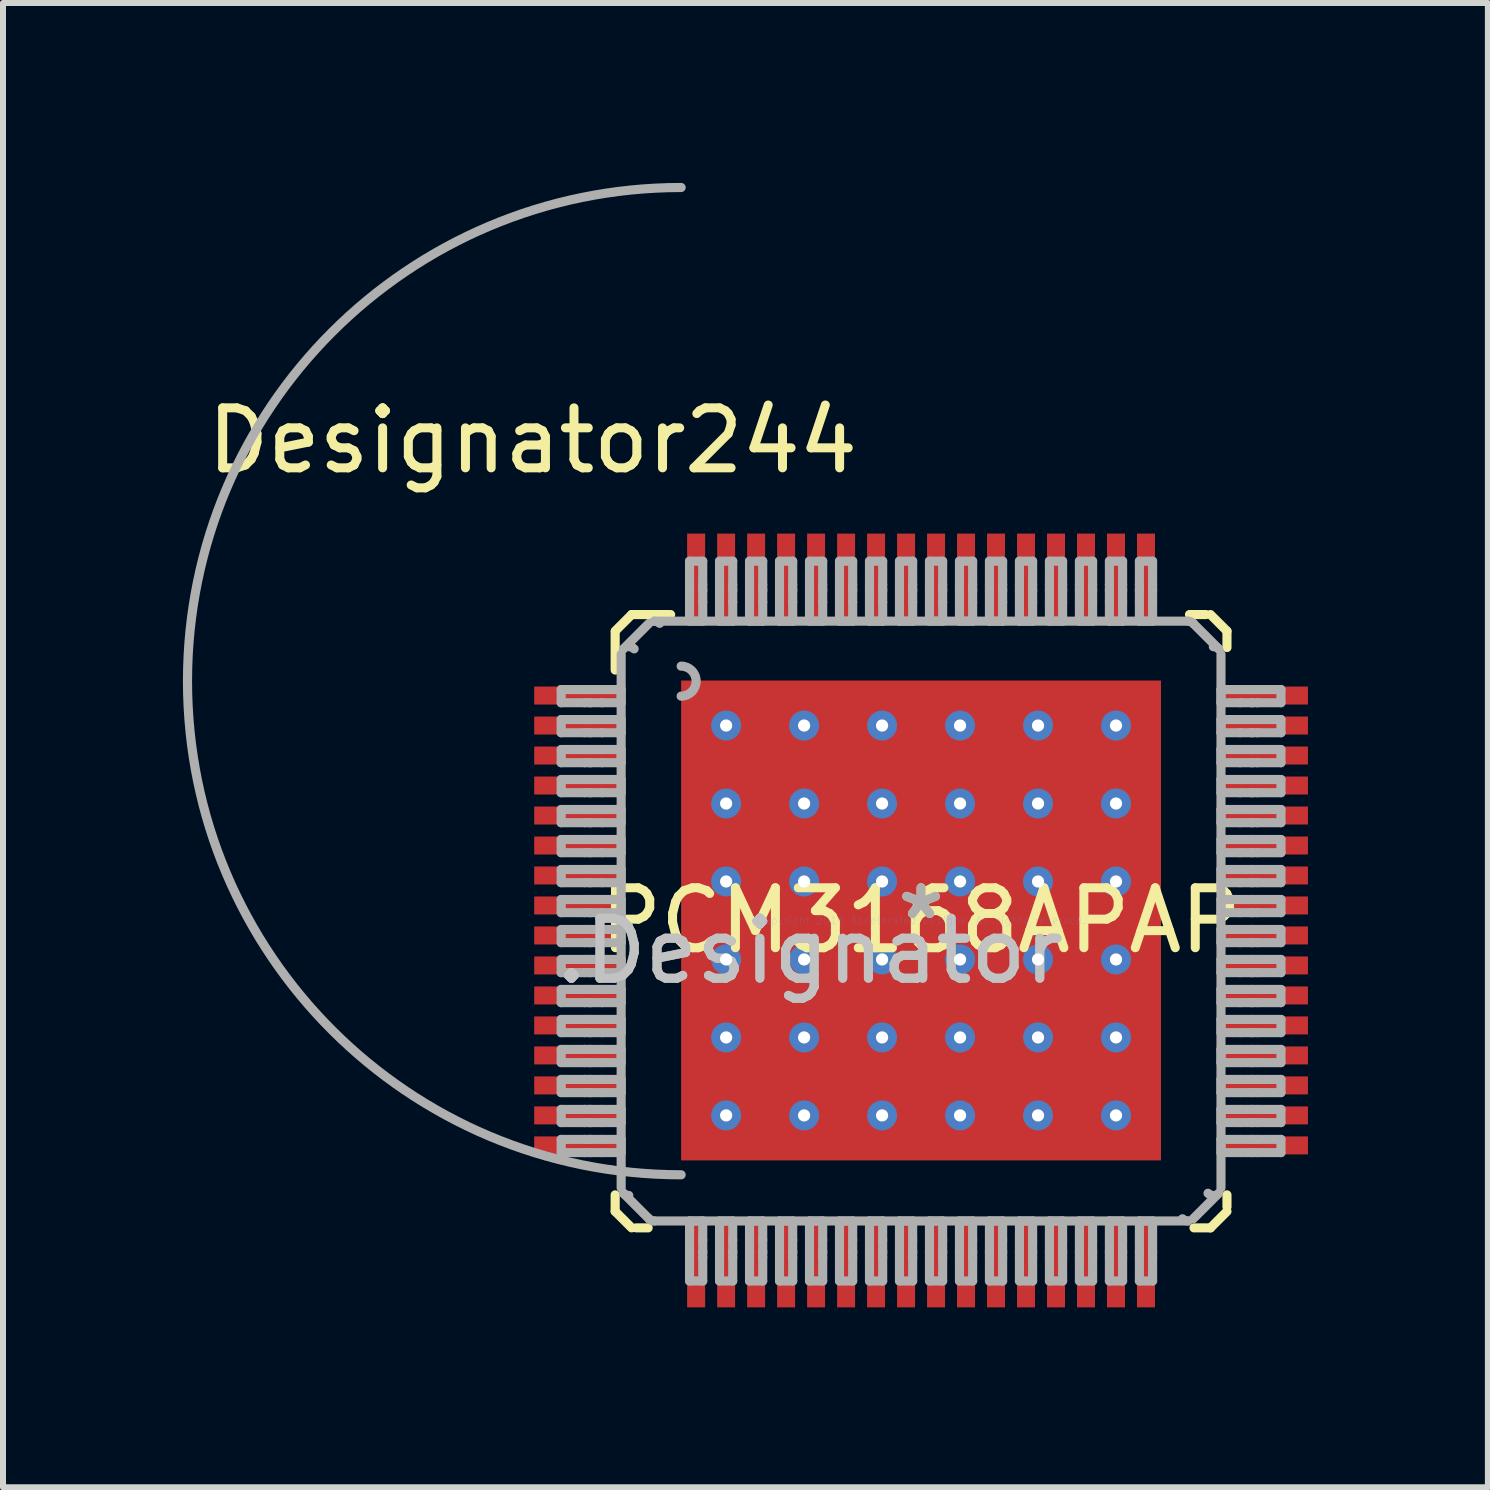
<source format=kicad_pcb>
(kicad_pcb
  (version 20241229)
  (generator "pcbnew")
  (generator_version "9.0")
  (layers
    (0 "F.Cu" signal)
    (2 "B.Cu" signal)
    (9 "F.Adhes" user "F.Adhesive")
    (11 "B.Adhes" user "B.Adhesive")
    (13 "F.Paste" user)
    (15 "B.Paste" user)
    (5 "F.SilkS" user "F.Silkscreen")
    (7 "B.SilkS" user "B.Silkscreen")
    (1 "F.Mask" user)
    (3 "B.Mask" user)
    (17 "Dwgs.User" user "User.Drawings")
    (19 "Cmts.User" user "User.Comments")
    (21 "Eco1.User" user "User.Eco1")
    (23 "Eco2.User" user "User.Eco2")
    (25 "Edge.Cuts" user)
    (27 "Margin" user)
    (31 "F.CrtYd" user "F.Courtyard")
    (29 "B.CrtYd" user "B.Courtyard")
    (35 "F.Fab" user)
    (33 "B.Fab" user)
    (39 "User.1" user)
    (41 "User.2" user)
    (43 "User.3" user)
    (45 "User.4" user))
  (footprint "PCM3168APAP"
    (layer "F.Cu")
    (at 12.306 12.296)
    (property "Reference" "PCM3168APAP" (at 0 0 0) (layer "F.SilkS") (effects (font (size 1 1) (thickness 0.15))))
    (attr through_hole)
    (fp_line (start -3.5 -3.595) (end -3.499 -3.602) (stroke (width 0.152) (type solid)) (layer "F.Mask"))
    (fp_line (start -3.5 3.595) (end -3.5 -3.595) (stroke (width 0.152) (type solid)) (layer "F.Mask"))
    (fp_line (start -3.499 -3.602) (end -3.497 -3.608) (stroke (width 0.152) (type solid)) (layer "F.Mask"))
    (fp_line (start -3.499 3.602) (end -3.5 3.595) (stroke (width 0.152) (type solid)) (layer "F.Mask"))
    (fp_line (start -3.497 -3.608) (end -3.494 -3.614) (stroke (width 0.152) (type solid)) (layer "F.Mask"))
    (fp_line (start -3.497 3.608) (end -3.499 3.602) (stroke (width 0.152) (type solid)) (layer "F.Mask"))
    (fp_line (start -3.494 -3.614) (end -3.49 -3.62) (stroke (width 0.152) (type solid)) (layer "F.Mask"))
    (fp_line (start -3.494 3.614) (end -3.497 3.608) (stroke (width 0.152) (type solid)) (layer "F.Mask"))
    (fp_line (start -3.49 -3.62) (end -3.484 -3.624) (stroke (width 0.152) (type solid)) (layer "F.Mask"))
    (fp_line (start -3.49 3.62) (end -3.494 3.614) (stroke (width 0.152) (type solid)) (layer "F.Mask"))
    (fp_line (start -3.484 -3.624) (end -3.478 -3.627) (stroke (width 0.152) (type solid)) (layer "F.Mask"))
    (fp_line (start -3.484 3.624) (end -3.49 3.62) (stroke (width 0.152) (type solid)) (layer "F.Mask"))
    (fp_line (start -3.478 -3.627) (end -3.472 -3.629) (stroke (width 0.152) (type solid)) (layer "F.Mask"))
    (fp_line (start -3.478 3.627) (end -3.484 3.624) (stroke (width 0.152) (type solid)) (layer "F.Mask"))
    (fp_line (start -3.472 -3.629) (end -3.465 -3.63) (stroke (width 0.152) (type solid)) (layer "F.Mask"))
    (fp_line (start -3.472 3.629) (end -3.478 3.627) (stroke (width 0.152) (type solid)) (layer "F.Mask"))
    (fp_line (start -3.465 -3.63) (end 3.465 -3.63) (stroke (width 0.152) (type solid)) (layer "F.Mask"))
    (fp_line (start -3.465 3.63) (end -3.472 3.629) (stroke (width 0.152) (type solid)) (layer "F.Mask"))
    (fp_line (start 3.465 -3.63) (end 3.472 -3.629) (stroke (width 0.152) (type solid)) (layer "F.Mask"))
    (fp_line (start 3.465 3.63) (end -3.465 3.63) (stroke (width 0.152) (type solid)) (layer "F.Mask"))
    (fp_line (start 3.472 -3.629) (end 3.478 -3.627) (stroke (width 0.152) (type solid)) (layer "F.Mask"))
    (fp_line (start 3.472 3.629) (end 3.465 3.63) (stroke (width 0.152) (type solid)) (layer "F.Mask"))
    (fp_line (start 3.478 -3.627) (end 3.484 -3.624) (stroke (width 0.152) (type solid)) (layer "F.Mask"))
    (fp_line (start 3.478 3.627) (end 3.472 3.629) (stroke (width 0.152) (type solid)) (layer "F.Mask"))
    (fp_line (start 3.484 -3.624) (end 3.49 -3.62) (stroke (width 0.152) (type solid)) (layer "F.Mask"))
    (fp_line (start 3.484 3.624) (end 3.478 3.627) (stroke (width 0.152) (type solid)) (layer "F.Mask"))
    (fp_line (start 3.49 -3.62) (end 3.494 -3.614) (stroke (width 0.152) (type solid)) (layer "F.Mask"))
    (fp_line (start 3.49 3.62) (end 3.484 3.624) (stroke (width 0.152) (type solid)) (layer "F.Mask"))
    (fp_line (start 3.494 -3.614) (end 3.497 -3.608) (stroke (width 0.152) (type solid)) (layer "F.Mask"))
    (fp_line (start 3.494 3.614) (end 3.49 3.62) (stroke (width 0.152) (type solid)) (layer "F.Mask"))
    (fp_line (start 3.497 -3.608) (end 3.499 -3.602) (stroke (width 0.152) (type solid)) (layer "F.Mask"))
    (fp_line (start 3.497 3.608) (end 3.494 3.614) (stroke (width 0.152) (type solid)) (layer "F.Mask"))
    (fp_line (start 3.499 -3.602) (end 3.5 -3.595) (stroke (width 0.152) (type solid)) (layer "F.Mask"))
    (fp_line (start 3.499 3.602) (end 3.497 3.608) (stroke (width 0.152) (type solid)) (layer "F.Mask"))
    (fp_line (start 3.5 -3.595) (end 3.5 3.595) (stroke (width 0.152) (type solid)) (layer "F.Mask"))
    (fp_line (start 3.5 3.595) (end 3.499 3.602) (stroke (width 0.152) (type solid)) (layer "F.Mask"))
    (fp_line (start -5.1 -4.825) (end -4.825 -5.1) (stroke (width 0.152) (type solid)) (layer "F.SilkS"))
    (fp_line (start -5.1 -4.175) (end -5.1 -4.8) (stroke (width 0.152) (type solid)) (layer "F.SilkS"))
    (fp_line (start -5.1 4.85) (end -5.1 4.575) (stroke (width 0.152) (type solid)) (layer "F.SilkS"))
    (fp_line (start -5.1 4.85) (end -4.825 5.125) (stroke (width 0.152) (type solid)) (layer "F.SilkS"))
    (fp_line (start -4.825 -5.1) (end -4.175 -5.1) (stroke (width 0.152) (type solid)) (layer "F.SilkS"))
    (fp_line (start -4.75 5.125) (end -4.55 5.125) (stroke (width 0.152) (type solid)) (layer "F.SilkS"))
    (fp_line (start 4.475 -5.1) (end 4.55 -5.1) (stroke (width 0.152) (type solid)) (layer "F.SilkS"))
    (fp_line (start 4.55 -5.1) (end 4.75 -5.1) (stroke (width 0.152) (type solid)) (layer "F.SilkS"))
    (fp_line (start 4.55 5.125) (end 4.825 5.125) (stroke (width 0.152) (type solid)) (layer "F.SilkS"))
    (fp_line (start 4.825 -5.1) (end 5.1 -4.825) (stroke (width 0.152) (type solid)) (layer "F.SilkS"))
    (fp_line (start 4.825 5.125) (end 5.1 4.85) (stroke (width 0.152) (type solid)) (layer "F.SilkS"))
    (fp_line (start 5.1 -4.55) (end 5.1 -4.825) (stroke (width 0.152) (type solid)) (layer "F.SilkS"))
    (fp_line (start 5.1 4.775) (end 5.1 4.575) (stroke (width 0.152) (type solid)) (layer "F.SilkS"))
    (fp_line (start -3.5 -3.595) (end -3.499 -3.602) (stroke (width 0.152) (type solid)) (layer "F.Paste"))
    (fp_line (start -3.5 3.595) (end -3.5 -3.595) (stroke (width 0.152) (type solid)) (layer "F.Paste"))
    (fp_line (start -3.499 -3.602) (end -3.497 -3.608) (stroke (width 0.152) (type solid)) (layer "F.Paste"))
    (fp_line (start -3.499 3.602) (end -3.5 3.595) (stroke (width 0.152) (type solid)) (layer "F.Paste"))
    (fp_line (start -3.497 -3.608) (end -3.494 -3.614) (stroke (width 0.152) (type solid)) (layer "F.Paste"))
    (fp_line (start -3.497 3.608) (end -3.499 3.602) (stroke (width 0.152) (type solid)) (layer "F.Paste"))
    (fp_line (start -3.494 -3.614) (end -3.49 -3.62) (stroke (width 0.152) (type solid)) (layer "F.Paste"))
    (fp_line (start -3.494 3.614) (end -3.497 3.608) (stroke (width 0.152) (type solid)) (layer "F.Paste"))
    (fp_line (start -3.49 -3.62) (end -3.484 -3.624) (stroke (width 0.152) (type solid)) (layer "F.Paste"))
    (fp_line (start -3.49 3.62) (end -3.494 3.614) (stroke (width 0.152) (type solid)) (layer "F.Paste"))
    (fp_line (start -3.484 -3.624) (end -3.478 -3.627) (stroke (width 0.152) (type solid)) (layer "F.Paste"))
    (fp_line (start -3.484 3.624) (end -3.49 3.62) (stroke (width 0.152) (type solid)) (layer "F.Paste"))
    (fp_line (start -3.478 -3.627) (end -3.472 -3.629) (stroke (width 0.152) (type solid)) (layer "F.Paste"))
    (fp_line (start -3.478 3.627) (end -3.484 3.624) (stroke (width 0.152) (type solid)) (layer "F.Paste"))
    (fp_line (start -3.472 -3.629) (end -3.465 -3.63) (stroke (width 0.152) (type solid)) (layer "F.Paste"))
    (fp_line (start -3.472 3.629) (end -3.478 3.627) (stroke (width 0.152) (type solid)) (layer "F.Paste"))
    (fp_line (start -3.465 -3.63) (end 3.465 -3.63) (stroke (width 0.152) (type solid)) (layer "F.Paste"))
    (fp_line (start -3.465 3.63) (end -3.472 3.629) (stroke (width 0.152) (type solid)) (layer "F.Paste"))
    (fp_line (start 3.465 -3.63) (end 3.472 -3.629) (stroke (width 0.152) (type solid)) (layer "F.Paste"))
    (fp_line (start 3.465 3.63) (end -3.465 3.63) (stroke (width 0.152) (type solid)) (layer "F.Paste"))
    (fp_line (start 3.472 -3.629) (end 3.478 -3.627) (stroke (width 0.152) (type solid)) (layer "F.Paste"))
    (fp_line (start 3.472 3.629) (end 3.465 3.63) (stroke (width 0.152) (type solid)) (layer "F.Paste"))
    (fp_line (start 3.478 -3.627) (end 3.484 -3.624) (stroke (width 0.152) (type solid)) (layer "F.Paste"))
    (fp_line (start 3.478 3.627) (end 3.472 3.629) (stroke (width 0.152) (type solid)) (layer "F.Paste"))
    (fp_line (start 3.484 -3.624) (end 3.49 -3.62) (stroke (width 0.152) (type solid)) (layer "F.Paste"))
    (fp_line (start 3.484 3.624) (end 3.478 3.627) (stroke (width 0.152) (type solid)) (layer "F.Paste"))
    (fp_line (start 3.49 -3.62) (end 3.494 -3.614) (stroke (width 0.152) (type solid)) (layer "F.Paste"))
    (fp_line (start 3.49 3.62) (end 3.484 3.624) (stroke (width 0.152) (type solid)) (layer "F.Paste"))
    (fp_line (start 3.494 -3.614) (end 3.497 -3.608) (stroke (width 0.152) (type solid)) (layer "F.Paste"))
    (fp_line (start 3.494 3.614) (end 3.49 3.62) (stroke (width 0.152) (type solid)) (layer "F.Paste"))
    (fp_line (start 3.497 -3.608) (end 3.499 -3.602) (stroke (width 0.152) (type solid)) (layer "F.Paste"))
    (fp_line (start 3.497 3.608) (end 3.494 3.614) (stroke (width 0.152) (type solid)) (layer "F.Paste"))
    (fp_line (start 3.499 -3.602) (end 3.5 -3.595) (stroke (width 0.152) (type solid)) (layer "F.Paste"))
    (fp_line (start 3.499 3.602) (end 3.497 3.608) (stroke (width 0.152) (type solid)) (layer "F.Paste"))
    (fp_line (start 3.5 -3.595) (end 3.5 3.595) (stroke (width 0.152) (type solid)) (layer "F.Paste"))
    (fp_line (start 3.5 3.595) (end 3.499 3.602) (stroke (width 0.152) (type solid)) (layer "F.Paste"))
    (fp_line (start -6 -3.85) (end -5.61 -3.85) (stroke (width 0.152) (type solid)) (layer "F.Fab"))
    (fp_line (start -6 -3.63) (end -6 -3.85) (stroke (width 0.152) (type solid)) (layer "F.Fab"))
    (fp_line (start -6 -3.63) (end -5.61 -3.63) (stroke (width 0.152) (type solid)) (layer "F.Fab"))
    (fp_line (start -6 -3.35) (end -5.61 -3.35) (stroke (width 0.152) (type solid)) (layer "F.Fab"))
    (fp_line (start -6 -3.13) (end -6 -3.35) (stroke (width 0.152) (type solid)) (layer "F.Fab"))
    (fp_line (start -6 -3.13) (end -5.61 -3.13) (stroke (width 0.152) (type solid)) (layer "F.Fab"))
    (fp_line (start -6 -2.85) (end -5.61 -2.85) (stroke (width 0.152) (type solid)) (layer "F.Fab"))
    (fp_line (start -6 -2.63) (end -6 -2.85) (stroke (width 0.152) (type solid)) (layer "F.Fab"))
    (fp_line (start -6 -2.63) (end -5.61 -2.63) (stroke (width 0.152) (type solid)) (layer "F.Fab"))
    (fp_line (start -6 -2.35) (end -5.61 -2.35) (stroke (width 0.152) (type solid)) (layer "F.Fab"))
    (fp_line (start -6 -2.13) (end -6 -2.35) (stroke (width 0.152) (type solid)) (layer "F.Fab"))
    (fp_line (start -6 -2.13) (end -5.61 -2.13) (stroke (width 0.152) (type solid)) (layer "F.Fab"))
    (fp_line (start -6 -1.85) (end -5.61 -1.85) (stroke (width 0.152) (type solid)) (layer "F.Fab"))
    (fp_line (start -6 -1.63) (end -6 -1.85) (stroke (width 0.152) (type solid)) (layer "F.Fab"))
    (fp_line (start -6 -1.63) (end -5.61 -1.63) (stroke (width 0.152) (type solid)) (layer "F.Fab"))
    (fp_line (start -6 -1.35) (end -5.61 -1.35) (stroke (width 0.152) (type solid)) (layer "F.Fab"))
    (fp_line (start -6 -1.13) (end -6 -1.35) (stroke (width 0.152) (type solid)) (layer "F.Fab"))
    (fp_line (start -6 -1.13) (end -5.61 -1.13) (stroke (width 0.152) (type solid)) (layer "F.Fab"))
    (fp_line (start -6 -0.85) (end -5.61 -0.85) (stroke (width 0.152) (type solid)) (layer "F.Fab"))
    (fp_line (start -6 -0.63) (end -6 -0.85) (stroke (width 0.152) (type solid)) (layer "F.Fab"))
    (fp_line (start -6 -0.63) (end -5.61 -0.63) (stroke (width 0.152) (type solid)) (layer "F.Fab"))
    (fp_line (start -6 -0.35) (end -5.61 -0.35) (stroke (width 0.152) (type solid)) (layer "F.Fab"))
    (fp_line (start -6 -0.13) (end -6 -0.35) (stroke (width 0.152) (type solid)) (layer "F.Fab"))
    (fp_line (start -6 -0.13) (end -5.61 -0.13) (stroke (width 0.152) (type solid)) (layer "F.Fab"))
    (fp_line (start -6 0.15) (end -5.61 0.15) (stroke (width 0.152) (type solid)) (layer "F.Fab"))
    (fp_line (start -6 0.37) (end -6 0.15) (stroke (width 0.152) (type solid)) (layer "F.Fab"))
    (fp_line (start -6 0.37) (end -5.61 0.37) (stroke (width 0.152) (type solid)) (layer "F.Fab"))
    (fp_line (start -6 0.65) (end -5.61 0.65) (stroke (width 0.152) (type solid)) (layer "F.Fab"))
    (fp_line (start -6 0.87) (end -6 0.65) (stroke (width 0.152) (type solid)) (layer "F.Fab"))
    (fp_line (start -6 0.87) (end -5.61 0.87) (stroke (width 0.152) (type solid)) (layer "F.Fab"))
    (fp_line (start -6 1.15) (end -5.61 1.15) (stroke (width 0.152) (type solid)) (layer "F.Fab"))
    (fp_line (start -6 1.37) (end -6 1.15) (stroke (width 0.152) (type solid)) (layer "F.Fab"))
    (fp_line (start -6 1.37) (end -5.61 1.37) (stroke (width 0.152) (type solid)) (layer "F.Fab"))
    (fp_line (start -6 1.65) (end -5.61 1.65) (stroke (width 0.152) (type solid)) (layer "F.Fab"))
    (fp_line (start -6 1.87) (end -6 1.65) (stroke (width 0.152) (type solid)) (layer "F.Fab"))
    (fp_line (start -6 1.87) (end -5.61 1.87) (stroke (width 0.152) (type solid)) (layer "F.Fab"))
    (fp_line (start -6 2.15) (end -5.61 2.15) (stroke (width 0.152) (type solid)) (layer "F.Fab"))
    (fp_line (start -6 2.37) (end -6 2.15) (stroke (width 0.152) (type solid)) (layer "F.Fab"))
    (fp_line (start -6 2.37) (end -5.61 2.37) (stroke (width 0.152) (type solid)) (layer "F.Fab"))
    (fp_line (start -6 2.65) (end -5.61 2.65) (stroke (width 0.152) (type solid)) (layer "F.Fab"))
    (fp_line (start -6 2.87) (end -6 2.65) (stroke (width 0.152) (type solid)) (layer "F.Fab"))
    (fp_line (start -6 2.87) (end -5.61 2.87) (stroke (width 0.152) (type solid)) (layer "F.Fab"))
    (fp_line (start -6 3.15) (end -5.61 3.15) (stroke (width 0.152) (type solid)) (layer "F.Fab"))
    (fp_line (start -6 3.37) (end -6 3.15) (stroke (width 0.152) (type solid)) (layer "F.Fab"))
    (fp_line (start -6 3.37) (end -5.61 3.37) (stroke (width 0.152) (type solid)) (layer "F.Fab"))
    (fp_line (start -6 3.65) (end -5.61 3.65) (stroke (width 0.152) (type solid)) (layer "F.Fab"))
    (fp_line (start -6 3.87) (end -6 3.65) (stroke (width 0.152) (type solid)) (layer "F.Fab"))
    (fp_line (start -6 3.87) (end -5.61 3.87) (stroke (width 0.152) (type solid)) (layer "F.Fab"))
    (fp_line (start -5.61 -3.85) (end -5.53 -3.85) (stroke (width 0.152) (type solid)) (layer "F.Fab"))
    (fp_line (start -5.61 -3.63) (end -5.53 -3.63) (stroke (width 0.152) (type solid)) (layer "F.Fab"))
    (fp_line (start -5.61 -3.35) (end -5.53 -3.35) (stroke (width 0.152) (type solid)) (layer "F.Fab"))
    (fp_line (start -5.61 -3.13) (end -5.53 -3.13) (stroke (width 0.152) (type solid)) (layer "F.Fab"))
    (fp_line (start -5.61 -2.85) (end -5.53 -2.85) (stroke (width 0.152) (type solid)) (layer "F.Fab"))
    (fp_line (start -5.61 -2.63) (end -5.53 -2.63) (stroke (width 0.152) (type solid)) (layer "F.Fab"))
    (fp_line (start -5.61 -2.35) (end -5.53 -2.35) (stroke (width 0.152) (type solid)) (layer "F.Fab"))
    (fp_line (start -5.61 -2.13) (end -5.53 -2.13) (stroke (width 0.152) (type solid)) (layer "F.Fab"))
    (fp_line (start -5.61 -1.85) (end -5.53 -1.85) (stroke (width 0.152) (type solid)) (layer "F.Fab"))
    (fp_line (start -5.61 -1.63) (end -5.53 -1.63) (stroke (width 0.152) (type solid)) (layer "F.Fab"))
    (fp_line (start -5.61 -1.35) (end -5.53 -1.35) (stroke (width 0.152) (type solid)) (layer "F.Fab"))
    (fp_line (start -5.61 -1.13) (end -5.53 -1.13) (stroke (width 0.152) (type solid)) (layer "F.Fab"))
    (fp_line (start -5.61 -0.85) (end -5.53 -0.85) (stroke (width 0.152) (type solid)) (layer "F.Fab"))
    (fp_line (start -5.61 -0.63) (end -5.53 -0.63) (stroke (width 0.152) (type solid)) (layer "F.Fab"))
    (fp_line (start -5.61 -0.35) (end -5.53 -0.35) (stroke (width 0.152) (type solid)) (layer "F.Fab"))
    (fp_line (start -5.61 -0.13) (end -5.53 -0.13) (stroke (width 0.152) (type solid)) (layer "F.Fab"))
    (fp_line (start -5.61 0.15) (end -5.53 0.15) (stroke (width 0.152) (type solid)) (layer "F.Fab"))
    (fp_line (start -5.61 0.37) (end -5.53 0.37) (stroke (width 0.152) (type solid)) (layer "F.Fab"))
    (fp_line (start -5.61 0.65) (end -5.53 0.65) (stroke (width 0.152) (type solid)) (layer "F.Fab"))
    (fp_line (start -5.61 0.87) (end -5.53 0.87) (stroke (width 0.152) (type solid)) (layer "F.Fab"))
    (fp_line (start -5.61 1.15) (end -5.53 1.15) (stroke (width 0.152) (type solid)) (layer "F.Fab"))
    (fp_line (start -5.61 1.37) (end -5.53 1.37) (stroke (width 0.152) (type solid)) (layer "F.Fab"))
    (fp_line (start -5.61 1.65) (end -5.53 1.65) (stroke (width 0.152) (type solid)) (layer "F.Fab"))
    (fp_line (start -5.61 1.87) (end -5.53 1.87) (stroke (width 0.152) (type solid)) (layer "F.Fab"))
    (fp_line (start -5.61 2.15) (end -5.53 2.15) (stroke (width 0.152) (type solid)) (layer "F.Fab"))
    (fp_line (start -5.61 2.37) (end -5.53 2.37) (stroke (width 0.152) (type solid)) (layer "F.Fab"))
    (fp_line (start -5.61 2.65) (end -5.53 2.65) (stroke (width 0.152) (type solid)) (layer "F.Fab"))
    (fp_line (start -5.61 2.87) (end -5.53 2.87) (stroke (width 0.152) (type solid)) (layer "F.Fab"))
    (fp_line (start -5.61 3.15) (end -5.53 3.15) (stroke (width 0.152) (type solid)) (layer "F.Fab"))
    (fp_line (start -5.61 3.37) (end -5.53 3.37) (stroke (width 0.152) (type solid)) (layer "F.Fab"))
    (fp_line (start -5.61 3.65) (end -5.53 3.65) (stroke (width 0.152) (type solid)) (layer "F.Fab"))
    (fp_line (start -5.61 3.87) (end -5.53 3.87) (stroke (width 0.152) (type solid)) (layer "F.Fab"))
    (fp_line (start -5.53 -3.85) (end -5.503 -3.85) (stroke (width 0.152) (type solid)) (layer "F.Fab"))
    (fp_line (start -5.53 -3.63) (end -5.503 -3.63) (stroke (width 0.152) (type solid)) (layer "F.Fab"))
    (fp_line (start -5.53 -3.35) (end -5.503 -3.35) (stroke (width 0.152) (type solid)) (layer "F.Fab"))
    (fp_line (start -5.53 -3.13) (end -5.503 -3.13) (stroke (width 0.152) (type solid)) (layer "F.Fab"))
    (fp_line (start -5.53 -2.85) (end -5.503 -2.85) (stroke (width 0.152) (type solid)) (layer "F.Fab"))
    (fp_line (start -5.53 -2.63) (end -5.503 -2.63) (stroke (width 0.152) (type solid)) (layer "F.Fab"))
    (fp_line (start -5.53 -2.35) (end -5.503 -2.35) (stroke (width 0.152) (type solid)) (layer "F.Fab"))
    (fp_line (start -5.53 -2.13) (end -5.503 -2.13) (stroke (width 0.152) (type solid)) (layer "F.Fab"))
    (fp_line (start -5.53 -1.85) (end -5.503 -1.85) (stroke (width 0.152) (type solid)) (layer "F.Fab"))
    (fp_line (start -5.53 -1.63) (end -5.503 -1.63) (stroke (width 0.152) (type solid)) (layer "F.Fab"))
    (fp_line (start -5.53 -1.35) (end -5.503 -1.35) (stroke (width 0.152) (type solid)) (layer "F.Fab"))
    (fp_line (start -5.53 -1.13) (end -5.503 -1.13) (stroke (width 0.152) (type solid)) (layer "F.Fab"))
    (fp_line (start -5.53 -0.85) (end -5.503 -0.85) (stroke (width 0.152) (type solid)) (layer "F.Fab"))
    (fp_line (start -5.53 -0.63) (end -5.503 -0.63) (stroke (width 0.152) (type solid)) (layer "F.Fab"))
    (fp_line (start -5.53 -0.35) (end -5.503 -0.35) (stroke (width 0.152) (type solid)) (layer "F.Fab"))
    (fp_line (start -5.53 -0.13) (end -5.503 -0.13) (stroke (width 0.152) (type solid)) (layer "F.Fab"))
    (fp_line (start -5.53 0.15) (end -5.503 0.15) (stroke (width 0.152) (type solid)) (layer "F.Fab"))
    (fp_line (start -5.53 0.37) (end -5.503 0.37) (stroke (width 0.152) (type solid)) (layer "F.Fab"))
    (fp_line (start -5.53 0.65) (end -5.503 0.65) (stroke (width 0.152) (type solid)) (layer "F.Fab"))
    (fp_line (start -5.53 0.87) (end -5.503 0.87) (stroke (width 0.152) (type solid)) (layer "F.Fab"))
    (fp_line (start -5.53 1.15) (end -5.503 1.15) (stroke (width 0.152) (type solid)) (layer "F.Fab"))
    (fp_line (start -5.53 1.37) (end -5.503 1.37) (stroke (width 0.152) (type solid)) (layer "F.Fab"))
    (fp_line (start -5.53 1.65) (end -5.503 1.65) (stroke (width 0.152) (type solid)) (layer "F.Fab"))
    (fp_line (start -5.53 1.87) (end -5.503 1.87) (stroke (width 0.152) (type solid)) (layer "F.Fab"))
    (fp_line (start -5.53 2.15) (end -5.503 2.15) (stroke (width 0.152) (type solid)) (layer "F.Fab"))
    (fp_line (start -5.53 2.37) (end -5.503 2.37) (stroke (width 0.152) (type solid)) (layer "F.Fab"))
    (fp_line (start -5.53 2.65) (end -5.503 2.65) (stroke (width 0.152) (type solid)) (layer "F.Fab"))
    (fp_line (start -5.53 2.87) (end -5.503 2.87) (stroke (width 0.152) (type solid)) (layer "F.Fab"))
    (fp_line (start -5.53 3.15) (end -5.503 3.15) (stroke (width 0.152) (type solid)) (layer "F.Fab"))
    (fp_line (start -5.53 3.37) (end -5.503 3.37) (stroke (width 0.152) (type solid)) (layer "F.Fab"))
    (fp_line (start -5.53 3.65) (end -5.503 3.65) (stroke (width 0.152) (type solid)) (layer "F.Fab"))
    (fp_line (start -5.53 3.87) (end -5.503 3.87) (stroke (width 0.152) (type solid)) (layer "F.Fab"))
    (fp_line (start -5.503 -3.85) (end -5.319 -3.85) (stroke (width 0.152) (type solid)) (layer "F.Fab"))
    (fp_line (start -5.503 -3.63) (end -5.319 -3.63) (stroke (width 0.152) (type solid)) (layer "F.Fab"))
    (fp_line (start -5.503 -3.35) (end -5.319 -3.35) (stroke (width 0.152) (type solid)) (layer "F.Fab"))
    (fp_line (start -5.503 -3.13) (end -5.319 -3.13) (stroke (width 0.152) (type solid)) (layer "F.Fab"))
    (fp_line (start -5.503 -2.85) (end -5.319 -2.85) (stroke (width 0.152) (type solid)) (layer "F.Fab"))
    (fp_line (start -5.503 -2.63) (end -5.319 -2.63) (stroke (width 0.152) (type solid)) (layer "F.Fab"))
    (fp_line (start -5.503 -2.35) (end -5.319 -2.35) (stroke (width 0.152) (type solid)) (layer "F.Fab"))
    (fp_line (start -5.503 -2.13) (end -5.319 -2.13) (stroke (width 0.152) (type solid)) (layer "F.Fab"))
    (fp_line (start -5.503 -1.85) (end -5.319 -1.85) (stroke (width 0.152) (type solid)) (layer "F.Fab"))
    (fp_line (start -5.503 -1.63) (end -5.319 -1.63) (stroke (width 0.152) (type solid)) (layer "F.Fab"))
    (fp_line (start -5.503 -1.35) (end -5.319 -1.35) (stroke (width 0.152) (type solid)) (layer "F.Fab"))
    (fp_line (start -5.503 -1.13) (end -5.319 -1.13) (stroke (width 0.152) (type solid)) (layer "F.Fab"))
    (fp_line (start -5.503 -0.85) (end -5.319 -0.85) (stroke (width 0.152) (type solid)) (layer "F.Fab"))
    (fp_line (start -5.503 -0.63) (end -5.319 -0.63) (stroke (width 0.152) (type solid)) (layer "F.Fab"))
    (fp_line (start -5.503 -0.35) (end -5.319 -0.35) (stroke (width 0.152) (type solid)) (layer "F.Fab"))
    (fp_line (start -5.503 -0.13) (end -5.319 -0.13) (stroke (width 0.152) (type solid)) (layer "F.Fab"))
    (fp_line (start -5.503 0.15) (end -5.319 0.15) (stroke (width 0.152) (type solid)) (layer "F.Fab"))
    (fp_line (start -5.503 0.37) (end -5.319 0.37) (stroke (width 0.152) (type solid)) (layer "F.Fab"))
    (fp_line (start -5.503 0.65) (end -5.319 0.65) (stroke (width 0.152) (type solid)) (layer "F.Fab"))
    (fp_line (start -5.503 0.87) (end -5.319 0.87) (stroke (width 0.152) (type solid)) (layer "F.Fab"))
    (fp_line (start -5.503 1.15) (end -5.319 1.15) (stroke (width 0.152) (type solid)) (layer "F.Fab"))
    (fp_line (start -5.503 1.37) (end -5.319 1.37) (stroke (width 0.152) (type solid)) (layer "F.Fab"))
    (fp_line (start -5.503 1.65) (end -5.319 1.65) (stroke (width 0.152) (type solid)) (layer "F.Fab"))
    (fp_line (start -5.503 1.87) (end -5.319 1.87) (stroke (width 0.152) (type solid)) (layer "F.Fab"))
    (fp_line (start -5.503 2.15) (end -5.319 2.15) (stroke (width 0.152) (type solid)) (layer "F.Fab"))
    (fp_line (start -5.503 2.37) (end -5.319 2.37) (stroke (width 0.152) (type solid)) (layer "F.Fab"))
    (fp_line (start -5.503 2.65) (end -5.319 2.65) (stroke (width 0.152) (type solid)) (layer "F.Fab"))
    (fp_line (start -5.503 2.87) (end -5.319 2.87) (stroke (width 0.152) (type solid)) (layer "F.Fab"))
    (fp_line (start -5.503 3.15) (end -5.319 3.15) (stroke (width 0.152) (type solid)) (layer "F.Fab"))
    (fp_line (start -5.503 3.37) (end -5.319 3.37) (stroke (width 0.152) (type solid)) (layer "F.Fab"))
    (fp_line (start -5.503 3.65) (end -5.319 3.65) (stroke (width 0.152) (type solid)) (layer "F.Fab"))
    (fp_line (start -5.503 3.87) (end -5.319 3.87) (stroke (width 0.152) (type solid)) (layer "F.Fab"))
    (fp_line (start -5.319 -3.85) (end -5 -3.85) (stroke (width 0.152) (type solid)) (layer "F.Fab"))
    (fp_line (start -5.319 -3.63) (end -5 -3.63) (stroke (width 0.152) (type solid)) (layer "F.Fab"))
    (fp_line (start -5.319 -3.35) (end -5 -3.35) (stroke (width 0.152) (type solid)) (layer "F.Fab"))
    (fp_line (start -5.319 -3.13) (end -5 -3.13) (stroke (width 0.152) (type solid)) (layer "F.Fab"))
    (fp_line (start -5.319 -2.85) (end -5 -2.85) (stroke (width 0.152) (type solid)) (layer "F.Fab"))
    (fp_line (start -5.319 -2.63) (end -5 -2.63) (stroke (width 0.152) (type solid)) (layer "F.Fab"))
    (fp_line (start -5.319 -2.35) (end -5 -2.35) (stroke (width 0.152) (type solid)) (layer "F.Fab"))
    (fp_line (start -5.319 -2.13) (end -5 -2.13) (stroke (width 0.152) (type solid)) (layer "F.Fab"))
    (fp_line (start -5.319 -1.85) (end -5 -1.85) (stroke (width 0.152) (type solid)) (layer "F.Fab"))
    (fp_line (start -5.319 -1.63) (end -5 -1.63) (stroke (width 0.152) (type solid)) (layer "F.Fab"))
    (fp_line (start -5.319 -1.35) (end -5 -1.35) (stroke (width 0.152) (type solid)) (layer "F.Fab"))
    (fp_line (start -5.319 -1.13) (end -5 -1.13) (stroke (width 0.152) (type solid)) (layer "F.Fab"))
    (fp_line (start -5.319 -0.85) (end -5 -0.85) (stroke (width 0.152) (type solid)) (layer "F.Fab"))
    (fp_line (start -5.319 -0.63) (end -5 -0.63) (stroke (width 0.152) (type solid)) (layer "F.Fab"))
    (fp_line (start -5.319 -0.35) (end -5 -0.35) (stroke (width 0.152) (type solid)) (layer "F.Fab"))
    (fp_line (start -5.319 -0.13) (end -5 -0.13) (stroke (width 0.152) (type solid)) (layer "F.Fab"))
    (fp_line (start -5.319 0.15) (end -5 0.15) (stroke (width 0.152) (type solid)) (layer "F.Fab"))
    (fp_line (start -5.319 0.37) (end -5 0.37) (stroke (width 0.152) (type solid)) (layer "F.Fab"))
    (fp_line (start -5.319 0.65) (end -5 0.65) (stroke (width 0.152) (type solid)) (layer "F.Fab"))
    (fp_line (start -5.319 0.87) (end -5 0.87) (stroke (width 0.152) (type solid)) (layer "F.Fab"))
    (fp_line (start -5.319 1.15) (end -5 1.15) (stroke (width 0.152) (type solid)) (layer "F.Fab"))
    (fp_line (start -5.319 1.37) (end -5 1.37) (stroke (width 0.152) (type solid)) (layer "F.Fab"))
    (fp_line (start -5.319 1.65) (end -5 1.65) (stroke (width 0.152) (type solid)) (layer "F.Fab"))
    (fp_line (start -5.319 1.87) (end -5 1.87) (stroke (width 0.152) (type solid)) (layer "F.Fab"))
    (fp_line (start -5.319 2.15) (end -5 2.15) (stroke (width 0.152) (type solid)) (layer "F.Fab"))
    (fp_line (start -5.319 2.37) (end -5 2.37) (stroke (width 0.152) (type solid)) (layer "F.Fab"))
    (fp_line (start -5.319 2.65) (end -5 2.65) (stroke (width 0.152) (type solid)) (layer "F.Fab"))
    (fp_line (start -5.319 2.87) (end -5 2.87) (stroke (width 0.152) (type solid)) (layer "F.Fab"))
    (fp_line (start -5.319 3.15) (end -5 3.15) (stroke (width 0.152) (type solid)) (layer "F.Fab"))
    (fp_line (start -5.319 3.37) (end -5 3.37) (stroke (width 0.152) (type solid)) (layer "F.Fab"))
    (fp_line (start -5.319 3.65) (end -5 3.65) (stroke (width 0.152) (type solid)) (layer "F.Fab"))
    (fp_line (start -5.319 3.87) (end -5 3.87) (stroke (width 0.152) (type solid)) (layer "F.Fab"))
    (fp_line (start -5 -3.63) (end -5 -3.85) (stroke (width 0.152) (type solid)) (layer "F.Fab"))
    (fp_line (start -5 -3.13) (end -5 -3.35) (stroke (width 0.152) (type solid)) (layer "F.Fab"))
    (fp_line (start -5 -2.63) (end -5 -2.85) (stroke (width 0.152) (type solid)) (layer "F.Fab"))
    (fp_line (start -5 -2.13) (end -5 -2.35) (stroke (width 0.152) (type solid)) (layer "F.Fab"))
    (fp_line (start -5 -1.63) (end -5 -1.85) (stroke (width 0.152) (type solid)) (layer "F.Fab"))
    (fp_line (start -5 -1.13) (end -5 -1.35) (stroke (width 0.152) (type solid)) (layer "F.Fab"))
    (fp_line (start -5 -0.63) (end -5 -0.85) (stroke (width 0.152) (type solid)) (layer "F.Fab"))
    (fp_line (start -5 -0.13) (end -5 -0.35) (stroke (width 0.152) (type solid)) (layer "F.Fab"))
    (fp_line (start -5 0.37) (end -5 0.15) (stroke (width 0.152) (type solid)) (layer "F.Fab"))
    (fp_line (start -5 0.87) (end -5 0.65) (stroke (width 0.152) (type solid)) (layer "F.Fab"))
    (fp_line (start -5 1.37) (end -5 1.15) (stroke (width 0.152) (type solid)) (layer "F.Fab"))
    (fp_line (start -5 1.87) (end -5 1.65) (stroke (width 0.152) (type solid)) (layer "F.Fab"))
    (fp_line (start -5 2.37) (end -5 2.15) (stroke (width 0.152) (type solid)) (layer "F.Fab"))
    (fp_line (start -5 2.87) (end -5 2.65) (stroke (width 0.152) (type solid)) (layer "F.Fab"))
    (fp_line (start -5 3.37) (end -5 3.15) (stroke (width 0.152) (type solid)) (layer "F.Fab"))
    (fp_line (start -5 3.87) (end -5 3.65) (stroke (width 0.152) (type solid)) (layer "F.Fab"))
    (fp_line (start -5 4.458) (end -5 -4.438) (stroke (width 0.152) (type solid)) (layer "F.Fab"))
    (fp_line (start -4.963 -4.527) (end -4.537 -4.953) (stroke (width 0.152) (type solid)) (layer "F.Fab"))
    (fp_line (start -4.963 4.547) (end -4.537 4.973) (stroke (width 0.152) (type solid)) (layer "F.Fab"))
    (fp_line (start -4.448 -4.99) (end 4.448 -4.99) (stroke (width 0.152) (type solid)) (layer "F.Fab"))
    (fp_line (start -4.448 5.01) (end 4.448 5.01) (stroke (width 0.152) (type solid)) (layer "F.Fab"))
    (fp_line (start -3.86 -5.99) (end -3.64 -5.99) (stroke (width 0.152) (type solid)) (layer "F.Fab"))
    (fp_line (start -3.86 -5.6) (end -3.86 -5.99) (stroke (width 0.152) (type solid)) (layer "F.Fab"))
    (fp_line (start -3.86 -5.52) (end -3.86 -5.6) (stroke (width 0.152) (type solid)) (layer "F.Fab"))
    (fp_line (start -3.86 -5.493) (end -3.86 -5.52) (stroke (width 0.152) (type solid)) (layer "F.Fab"))
    (fp_line (start -3.86 -5.309) (end -3.86 -5.493) (stroke (width 0.152) (type solid)) (layer "F.Fab"))
    (fp_line (start -3.86 -4.99) (end -3.86 -5.309) (stroke (width 0.152) (type solid)) (layer "F.Fab"))
    (fp_line (start -3.86 -4.99) (end -3.64 -4.99) (stroke (width 0.152) (type solid)) (layer "F.Fab"))
    (fp_line (start -3.86 5.01) (end -3.64 5.01) (stroke (width 0.152) (type solid)) (layer "F.Fab"))
    (fp_line (start -3.86 5.329) (end -3.86 5.01) (stroke (width 0.152) (type solid)) (layer "F.Fab"))
    (fp_line (start -3.86 5.513) (end -3.86 5.329) (stroke (width 0.152) (type solid)) (layer "F.Fab"))
    (fp_line (start -3.86 5.54) (end -3.86 5.513) (stroke (width 0.152) (type solid)) (layer "F.Fab"))
    (fp_line (start -3.86 5.62) (end -3.86 5.54) (stroke (width 0.152) (type solid)) (layer "F.Fab"))
    (fp_line (start -3.86 6.01) (end -3.86 5.62) (stroke (width 0.152) (type solid)) (layer "F.Fab"))
    (fp_line (start -3.86 6.01) (end -3.64 6.01) (stroke (width 0.152) (type solid)) (layer "F.Fab"))
    (fp_line (start -3.64 -5.6) (end -3.64 -5.99) (stroke (width 0.152) (type solid)) (layer "F.Fab"))
    (fp_line (start -3.64 -5.52) (end -3.64 -5.6) (stroke (width 0.152) (type solid)) (layer "F.Fab"))
    (fp_line (start -3.64 -5.493) (end -3.64 -5.52) (stroke (width 0.152) (type solid)) (layer "F.Fab"))
    (fp_line (start -3.64 -5.309) (end -3.64 -5.493) (stroke (width 0.152) (type solid)) (layer "F.Fab"))
    (fp_line (start -3.64 -4.99) (end -3.64 -5.309) (stroke (width 0.152) (type solid)) (layer "F.Fab"))
    (fp_line (start -3.64 5.329) (end -3.64 5.01) (stroke (width 0.152) (type solid)) (layer "F.Fab"))
    (fp_line (start -3.64 5.513) (end -3.64 5.329) (stroke (width 0.152) (type solid)) (layer "F.Fab"))
    (fp_line (start -3.64 5.54) (end -3.64 5.513) (stroke (width 0.152) (type solid)) (layer "F.Fab"))
    (fp_line (start -3.64 5.62) (end -3.64 5.54) (stroke (width 0.152) (type solid)) (layer "F.Fab"))
    (fp_line (start -3.64 6.01) (end -3.64 5.62) (stroke (width 0.152) (type solid)) (layer "F.Fab"))
    (fp_line (start -3.36 -5.99) (end -3.14 -5.99) (stroke (width 0.152) (type solid)) (layer "F.Fab"))
    (fp_line (start -3.36 -5.6) (end -3.36 -5.99) (stroke (width 0.152) (type solid)) (layer "F.Fab"))
    (fp_line (start -3.36 -5.52) (end -3.36 -5.6) (stroke (width 0.152) (type solid)) (layer "F.Fab"))
    (fp_line (start -3.36 -5.493) (end -3.36 -5.52) (stroke (width 0.152) (type solid)) (layer "F.Fab"))
    (fp_line (start -3.36 -5.309) (end -3.36 -5.493) (stroke (width 0.152) (type solid)) (layer "F.Fab"))
    (fp_line (start -3.36 -4.99) (end -3.36 -5.309) (stroke (width 0.152) (type solid)) (layer "F.Fab"))
    (fp_line (start -3.36 -4.99) (end -3.14 -4.99) (stroke (width 0.152) (type solid)) (layer "F.Fab"))
    (fp_line (start -3.36 5.01) (end -3.14 5.01) (stroke (width 0.152) (type solid)) (layer "F.Fab"))
    (fp_line (start -3.36 5.329) (end -3.36 5.01) (stroke (width 0.152) (type solid)) (layer "F.Fab"))
    (fp_line (start -3.36 5.513) (end -3.36 5.329) (stroke (width 0.152) (type solid)) (layer "F.Fab"))
    (fp_line (start -3.36 5.54) (end -3.36 5.513) (stroke (width 0.152) (type solid)) (layer "F.Fab"))
    (fp_line (start -3.36 5.62) (end -3.36 5.54) (stroke (width 0.152) (type solid)) (layer "F.Fab"))
    (fp_line (start -3.36 6.01) (end -3.36 5.62) (stroke (width 0.152) (type solid)) (layer "F.Fab"))
    (fp_line (start -3.36 6.01) (end -3.14 6.01) (stroke (width 0.152) (type solid)) (layer "F.Fab"))
    (fp_line (start -3.14 -5.6) (end -3.14 -5.99) (stroke (width 0.152) (type solid)) (layer "F.Fab"))
    (fp_line (start -3.14 -5.52) (end -3.14 -5.6) (stroke (width 0.152) (type solid)) (layer "F.Fab"))
    (fp_line (start -3.14 -5.493) (end -3.14 -5.52) (stroke (width 0.152) (type solid)) (layer "F.Fab"))
    (fp_line (start -3.14 -5.309) (end -3.14 -5.493) (stroke (width 0.152) (type solid)) (layer "F.Fab"))
    (fp_line (start -3.14 -4.99) (end -3.14 -5.309) (stroke (width 0.152) (type solid)) (layer "F.Fab"))
    (fp_line (start -3.14 5.329) (end -3.14 5.01) (stroke (width 0.152) (type solid)) (layer "F.Fab"))
    (fp_line (start -3.14 5.513) (end -3.14 5.329) (stroke (width 0.152) (type solid)) (layer "F.Fab"))
    (fp_line (start -3.14 5.54) (end -3.14 5.513) (stroke (width 0.152) (type solid)) (layer "F.Fab"))
    (fp_line (start -3.14 5.62) (end -3.14 5.54) (stroke (width 0.152) (type solid)) (layer "F.Fab"))
    (fp_line (start -3.14 6.01) (end -3.14 5.62) (stroke (width 0.152) (type solid)) (layer "F.Fab"))
    (fp_line (start -2.86 -5.99) (end -2.64 -5.99) (stroke (width 0.152) (type solid)) (layer "F.Fab"))
    (fp_line (start -2.86 -5.6) (end -2.86 -5.99) (stroke (width 0.152) (type solid)) (layer "F.Fab"))
    (fp_line (start -2.86 -5.52) (end -2.86 -5.6) (stroke (width 0.152) (type solid)) (layer "F.Fab"))
    (fp_line (start -2.86 -5.493) (end -2.86 -5.52) (stroke (width 0.152) (type solid)) (layer "F.Fab"))
    (fp_line (start -2.86 -5.309) (end -2.86 -5.493) (stroke (width 0.152) (type solid)) (layer "F.Fab"))
    (fp_line (start -2.86 -4.99) (end -2.86 -5.309) (stroke (width 0.152) (type solid)) (layer "F.Fab"))
    (fp_line (start -2.86 -4.99) (end -2.64 -4.99) (stroke (width 0.152) (type solid)) (layer "F.Fab"))
    (fp_line (start -2.86 5.01) (end -2.64 5.01) (stroke (width 0.152) (type solid)) (layer "F.Fab"))
    (fp_line (start -2.86 5.329) (end -2.86 5.01) (stroke (width 0.152) (type solid)) (layer "F.Fab"))
    (fp_line (start -2.86 5.513) (end -2.86 5.329) (stroke (width 0.152) (type solid)) (layer "F.Fab"))
    (fp_line (start -2.86 5.54) (end -2.86 5.513) (stroke (width 0.152) (type solid)) (layer "F.Fab"))
    (fp_line (start -2.86 5.62) (end -2.86 5.54) (stroke (width 0.152) (type solid)) (layer "F.Fab"))
    (fp_line (start -2.86 6.01) (end -2.86 5.62) (stroke (width 0.152) (type solid)) (layer "F.Fab"))
    (fp_line (start -2.86 6.01) (end -2.64 6.01) (stroke (width 0.152) (type solid)) (layer "F.Fab"))
    (fp_line (start -2.64 -5.6) (end -2.64 -5.99) (stroke (width 0.152) (type solid)) (layer "F.Fab"))
    (fp_line (start -2.64 -5.52) (end -2.64 -5.6) (stroke (width 0.152) (type solid)) (layer "F.Fab"))
    (fp_line (start -2.64 -5.493) (end -2.64 -5.52) (stroke (width 0.152) (type solid)) (layer "F.Fab"))
    (fp_line (start -2.64 -5.309) (end -2.64 -5.493) (stroke (width 0.152) (type solid)) (layer "F.Fab"))
    (fp_line (start -2.64 -4.99) (end -2.64 -5.309) (stroke (width 0.152) (type solid)) (layer "F.Fab"))
    (fp_line (start -2.64 5.329) (end -2.64 5.01) (stroke (width 0.152) (type solid)) (layer "F.Fab"))
    (fp_line (start -2.64 5.513) (end -2.64 5.329) (stroke (width 0.152) (type solid)) (layer "F.Fab"))
    (fp_line (start -2.64 5.54) (end -2.64 5.513) (stroke (width 0.152) (type solid)) (layer "F.Fab"))
    (fp_line (start -2.64 5.62) (end -2.64 5.54) (stroke (width 0.152) (type solid)) (layer "F.Fab"))
    (fp_line (start -2.64 6.01) (end -2.64 5.62) (stroke (width 0.152) (type solid)) (layer "F.Fab"))
    (fp_line (start -2.36 -5.99) (end -2.14 -5.99) (stroke (width 0.152) (type solid)) (layer "F.Fab"))
    (fp_line (start -2.36 -5.6) (end -2.36 -5.99) (stroke (width 0.152) (type solid)) (layer "F.Fab"))
    (fp_line (start -2.36 -5.52) (end -2.36 -5.6) (stroke (width 0.152) (type solid)) (layer "F.Fab"))
    (fp_line (start -2.36 -5.493) (end -2.36 -5.52) (stroke (width 0.152) (type solid)) (layer "F.Fab"))
    (fp_line (start -2.36 -5.309) (end -2.36 -5.493) (stroke (width 0.152) (type solid)) (layer "F.Fab"))
    (fp_line (start -2.36 -4.99) (end -2.36 -5.309) (stroke (width 0.152) (type solid)) (layer "F.Fab"))
    (fp_line (start -2.36 -4.99) (end -2.14 -4.99) (stroke (width 0.152) (type solid)) (layer "F.Fab"))
    (fp_line (start -2.36 5.01) (end -2.14 5.01) (stroke (width 0.152) (type solid)) (layer "F.Fab"))
    (fp_line (start -2.36 5.329) (end -2.36 5.01) (stroke (width 0.152) (type solid)) (layer "F.Fab"))
    (fp_line (start -2.36 5.513) (end -2.36 5.329) (stroke (width 0.152) (type solid)) (layer "F.Fab"))
    (fp_line (start -2.36 5.54) (end -2.36 5.513) (stroke (width 0.152) (type solid)) (layer "F.Fab"))
    (fp_line (start -2.36 5.62) (end -2.36 5.54) (stroke (width 0.152) (type solid)) (layer "F.Fab"))
    (fp_line (start -2.36 6.01) (end -2.36 5.62) (stroke (width 0.152) (type solid)) (layer "F.Fab"))
    (fp_line (start -2.36 6.01) (end -2.14 6.01) (stroke (width 0.152) (type solid)) (layer "F.Fab"))
    (fp_line (start -2.14 -5.6) (end -2.14 -5.99) (stroke (width 0.152) (type solid)) (layer "F.Fab"))
    (fp_line (start -2.14 -5.52) (end -2.14 -5.6) (stroke (width 0.152) (type solid)) (layer "F.Fab"))
    (fp_line (start -2.14 -5.493) (end -2.14 -5.52) (stroke (width 0.152) (type solid)) (layer "F.Fab"))
    (fp_line (start -2.14 -5.309) (end -2.14 -5.493) (stroke (width 0.152) (type solid)) (layer "F.Fab"))
    (fp_line (start -2.14 -4.99) (end -2.14 -5.309) (stroke (width 0.152) (type solid)) (layer "F.Fab"))
    (fp_line (start -2.14 5.329) (end -2.14 5.01) (stroke (width 0.152) (type solid)) (layer "F.Fab"))
    (fp_line (start -2.14 5.513) (end -2.14 5.329) (stroke (width 0.152) (type solid)) (layer "F.Fab"))
    (fp_line (start -2.14 5.54) (end -2.14 5.513) (stroke (width 0.152) (type solid)) (layer "F.Fab"))
    (fp_line (start -2.14 5.62) (end -2.14 5.54) (stroke (width 0.152) (type solid)) (layer "F.Fab"))
    (fp_line (start -2.14 6.01) (end -2.14 5.62) (stroke (width 0.152) (type solid)) (layer "F.Fab"))
    (fp_line (start -1.86 -5.99) (end -1.64 -5.99) (stroke (width 0.152) (type solid)) (layer "F.Fab"))
    (fp_line (start -1.86 -5.6) (end -1.86 -5.99) (stroke (width 0.152) (type solid)) (layer "F.Fab"))
    (fp_line (start -1.86 -5.52) (end -1.86 -5.6) (stroke (width 0.152) (type solid)) (layer "F.Fab"))
    (fp_line (start -1.86 -5.493) (end -1.86 -5.52) (stroke (width 0.152) (type solid)) (layer "F.Fab"))
    (fp_line (start -1.86 -5.309) (end -1.86 -5.493) (stroke (width 0.152) (type solid)) (layer "F.Fab"))
    (fp_line (start -1.86 -4.99) (end -1.86 -5.309) (stroke (width 0.152) (type solid)) (layer "F.Fab"))
    (fp_line (start -1.86 -4.99) (end -1.64 -4.99) (stroke (width 0.152) (type solid)) (layer "F.Fab"))
    (fp_line (start -1.86 5.01) (end -1.64 5.01) (stroke (width 0.152) (type solid)) (layer "F.Fab"))
    (fp_line (start -1.86 5.329) (end -1.86 5.01) (stroke (width 0.152) (type solid)) (layer "F.Fab"))
    (fp_line (start -1.86 5.513) (end -1.86 5.329) (stroke (width 0.152) (type solid)) (layer "F.Fab"))
    (fp_line (start -1.86 5.54) (end -1.86 5.513) (stroke (width 0.152) (type solid)) (layer "F.Fab"))
    (fp_line (start -1.86 5.62) (end -1.86 5.54) (stroke (width 0.152) (type solid)) (layer "F.Fab"))
    (fp_line (start -1.86 6.01) (end -1.86 5.62) (stroke (width 0.152) (type solid)) (layer "F.Fab"))
    (fp_line (start -1.86 6.01) (end -1.64 6.01) (stroke (width 0.152) (type solid)) (layer "F.Fab"))
    (fp_line (start -1.64 -5.6) (end -1.64 -5.99) (stroke (width 0.152) (type solid)) (layer "F.Fab"))
    (fp_line (start -1.64 -5.52) (end -1.64 -5.6) (stroke (width 0.152) (type solid)) (layer "F.Fab"))
    (fp_line (start -1.64 -5.493) (end -1.64 -5.52) (stroke (width 0.152) (type solid)) (layer "F.Fab"))
    (fp_line (start -1.64 -5.309) (end -1.64 -5.493) (stroke (width 0.152) (type solid)) (layer "F.Fab"))
    (fp_line (start -1.64 -4.99) (end -1.64 -5.309) (stroke (width 0.152) (type solid)) (layer "F.Fab"))
    (fp_line (start -1.64 5.329) (end -1.64 5.01) (stroke (width 0.152) (type solid)) (layer "F.Fab"))
    (fp_line (start -1.64 5.513) (end -1.64 5.329) (stroke (width 0.152) (type solid)) (layer "F.Fab"))
    (fp_line (start -1.64 5.54) (end -1.64 5.513) (stroke (width 0.152) (type solid)) (layer "F.Fab"))
    (fp_line (start -1.64 5.62) (end -1.64 5.54) (stroke (width 0.152) (type solid)) (layer "F.Fab"))
    (fp_line (start -1.64 6.01) (end -1.64 5.62) (stroke (width 0.152) (type solid)) (layer "F.Fab"))
    (fp_line (start -1.36 -5.99) (end -1.14 -5.99) (stroke (width 0.152) (type solid)) (layer "F.Fab"))
    (fp_line (start -1.36 -5.6) (end -1.36 -5.99) (stroke (width 0.152) (type solid)) (layer "F.Fab"))
    (fp_line (start -1.36 -5.52) (end -1.36 -5.6) (stroke (width 0.152) (type solid)) (layer "F.Fab"))
    (fp_line (start -1.36 -5.493) (end -1.36 -5.52) (stroke (width 0.152) (type solid)) (layer "F.Fab"))
    (fp_line (start -1.36 -5.309) (end -1.36 -5.493) (stroke (width 0.152) (type solid)) (layer "F.Fab"))
    (fp_line (start -1.36 -4.99) (end -1.36 -5.309) (stroke (width 0.152) (type solid)) (layer "F.Fab"))
    (fp_line (start -1.36 -4.99) (end -1.14 -4.99) (stroke (width 0.152) (type solid)) (layer "F.Fab"))
    (fp_line (start -1.36 5.01) (end -1.14 5.01) (stroke (width 0.152) (type solid)) (layer "F.Fab"))
    (fp_line (start -1.36 5.329) (end -1.36 5.01) (stroke (width 0.152) (type solid)) (layer "F.Fab"))
    (fp_line (start -1.36 5.513) (end -1.36 5.329) (stroke (width 0.152) (type solid)) (layer "F.Fab"))
    (fp_line (start -1.36 5.54) (end -1.36 5.513) (stroke (width 0.152) (type solid)) (layer "F.Fab"))
    (fp_line (start -1.36 5.62) (end -1.36 5.54) (stroke (width 0.152) (type solid)) (layer "F.Fab"))
    (fp_line (start -1.36 6.01) (end -1.36 5.62) (stroke (width 0.152) (type solid)) (layer "F.Fab"))
    (fp_line (start -1.36 6.01) (end -1.14 6.01) (stroke (width 0.152) (type solid)) (layer "F.Fab"))
    (fp_line (start -1.14 -5.6) (end -1.14 -5.99) (stroke (width 0.152) (type solid)) (layer "F.Fab"))
    (fp_line (start -1.14 -5.52) (end -1.14 -5.6) (stroke (width 0.152) (type solid)) (layer "F.Fab"))
    (fp_line (start -1.14 -5.493) (end -1.14 -5.52) (stroke (width 0.152) (type solid)) (layer "F.Fab"))
    (fp_line (start -1.14 -5.309) (end -1.14 -5.493) (stroke (width 0.152) (type solid)) (layer "F.Fab"))
    (fp_line (start -1.14 -4.99) (end -1.14 -5.309) (stroke (width 0.152) (type solid)) (layer "F.Fab"))
    (fp_line (start -1.14 5.329) (end -1.14 5.01) (stroke (width 0.152) (type solid)) (layer "F.Fab"))
    (fp_line (start -1.14 5.513) (end -1.14 5.329) (stroke (width 0.152) (type solid)) (layer "F.Fab"))
    (fp_line (start -1.14 5.54) (end -1.14 5.513) (stroke (width 0.152) (type solid)) (layer "F.Fab"))
    (fp_line (start -1.14 5.62) (end -1.14 5.54) (stroke (width 0.152) (type solid)) (layer "F.Fab"))
    (fp_line (start -1.14 6.01) (end -1.14 5.62) (stroke (width 0.152) (type solid)) (layer "F.Fab"))
    (fp_line (start -0.86 -5.99) (end -0.64 -5.99) (stroke (width 0.152) (type solid)) (layer "F.Fab"))
    (fp_line (start -0.86 -5.6) (end -0.86 -5.99) (stroke (width 0.152) (type solid)) (layer "F.Fab"))
    (fp_line (start -0.86 -5.52) (end -0.86 -5.6) (stroke (width 0.152) (type solid)) (layer "F.Fab"))
    (fp_line (start -0.86 -5.493) (end -0.86 -5.52) (stroke (width 0.152) (type solid)) (layer "F.Fab"))
    (fp_line (start -0.86 -5.309) (end -0.86 -5.493) (stroke (width 0.152) (type solid)) (layer "F.Fab"))
    (fp_line (start -0.86 -4.99) (end -0.86 -5.309) (stroke (width 0.152) (type solid)) (layer "F.Fab"))
    (fp_line (start -0.86 -4.99) (end -0.64 -4.99) (stroke (width 0.152) (type solid)) (layer "F.Fab"))
    (fp_line (start -0.86 5.01) (end -0.64 5.01) (stroke (width 0.152) (type solid)) (layer "F.Fab"))
    (fp_line (start -0.86 5.329) (end -0.86 5.01) (stroke (width 0.152) (type solid)) (layer "F.Fab"))
    (fp_line (start -0.86 5.513) (end -0.86 5.329) (stroke (width 0.152) (type solid)) (layer "F.Fab"))
    (fp_line (start -0.86 5.54) (end -0.86 5.513) (stroke (width 0.152) (type solid)) (layer "F.Fab"))
    (fp_line (start -0.86 5.62) (end -0.86 5.54) (stroke (width 0.152) (type solid)) (layer "F.Fab"))
    (fp_line (start -0.86 6.01) (end -0.86 5.62) (stroke (width 0.152) (type solid)) (layer "F.Fab"))
    (fp_line (start -0.86 6.01) (end -0.64 6.01) (stroke (width 0.152) (type solid)) (layer "F.Fab"))
    (fp_line (start -0.64 -5.6) (end -0.64 -5.99) (stroke (width 0.152) (type solid)) (layer "F.Fab"))
    (fp_line (start -0.64 -5.52) (end -0.64 -5.6) (stroke (width 0.152) (type solid)) (layer "F.Fab"))
    (fp_line (start -0.64 -5.493) (end -0.64 -5.52) (stroke (width 0.152) (type solid)) (layer "F.Fab"))
    (fp_line (start -0.64 -5.309) (end -0.64 -5.493) (stroke (width 0.152) (type solid)) (layer "F.Fab"))
    (fp_line (start -0.64 -4.99) (end -0.64 -5.309) (stroke (width 0.152) (type solid)) (layer "F.Fab"))
    (fp_line (start -0.64 5.329) (end -0.64 5.01) (stroke (width 0.152) (type solid)) (layer "F.Fab"))
    (fp_line (start -0.64 5.513) (end -0.64 5.329) (stroke (width 0.152) (type solid)) (layer "F.Fab"))
    (fp_line (start -0.64 5.54) (end -0.64 5.513) (stroke (width 0.152) (type solid)) (layer "F.Fab"))
    (fp_line (start -0.64 5.62) (end -0.64 5.54) (stroke (width 0.152) (type solid)) (layer "F.Fab"))
    (fp_line (start -0.64 6.01) (end -0.64 5.62) (stroke (width 0.152) (type solid)) (layer "F.Fab"))
    (fp_line (start -0.36 -5.99) (end -0.14 -5.99) (stroke (width 0.152) (type solid)) (layer "F.Fab"))
    (fp_line (start -0.36 -5.6) (end -0.36 -5.99) (stroke (width 0.152) (type solid)) (layer "F.Fab"))
    (fp_line (start -0.36 -5.52) (end -0.36 -5.6) (stroke (width 0.152) (type solid)) (layer "F.Fab"))
    (fp_line (start -0.36 -5.493) (end -0.36 -5.52) (stroke (width 0.152) (type solid)) (layer "F.Fab"))
    (fp_line (start -0.36 -5.309) (end -0.36 -5.493) (stroke (width 0.152) (type solid)) (layer "F.Fab"))
    (fp_line (start -0.36 -4.99) (end -0.36 -5.309) (stroke (width 0.152) (type solid)) (layer "F.Fab"))
    (fp_line (start -0.36 -4.99) (end -0.14 -4.99) (stroke (width 0.152) (type solid)) (layer "F.Fab"))
    (fp_line (start -0.36 5.01) (end -0.14 5.01) (stroke (width 0.152) (type solid)) (layer "F.Fab"))
    (fp_line (start -0.36 5.329) (end -0.36 5.01) (stroke (width 0.152) (type solid)) (layer "F.Fab"))
    (fp_line (start -0.36 5.513) (end -0.36 5.329) (stroke (width 0.152) (type solid)) (layer "F.Fab"))
    (fp_line (start -0.36 5.54) (end -0.36 5.513) (stroke (width 0.152) (type solid)) (layer "F.Fab"))
    (fp_line (start -0.36 5.62) (end -0.36 5.54) (stroke (width 0.152) (type solid)) (layer "F.Fab"))
    (fp_line (start -0.36 6.01) (end -0.36 5.62) (stroke (width 0.152) (type solid)) (layer "F.Fab"))
    (fp_line (start -0.36 6.01) (end -0.14 6.01) (stroke (width 0.152) (type solid)) (layer "F.Fab"))
    (fp_line (start -0.14 -5.6) (end -0.14 -5.99) (stroke (width 0.152) (type solid)) (layer "F.Fab"))
    (fp_line (start -0.14 -5.52) (end -0.14 -5.6) (stroke (width 0.152) (type solid)) (layer "F.Fab"))
    (fp_line (start -0.14 -5.493) (end -0.14 -5.52) (stroke (width 0.152) (type solid)) (layer "F.Fab"))
    (fp_line (start -0.14 -5.309) (end -0.14 -5.493) (stroke (width 0.152) (type solid)) (layer "F.Fab"))
    (fp_line (start -0.14 -4.99) (end -0.14 -5.309) (stroke (width 0.152) (type solid)) (layer "F.Fab"))
    (fp_line (start -0.14 5.329) (end -0.14 5.01) (stroke (width 0.152) (type solid)) (layer "F.Fab"))
    (fp_line (start -0.14 5.513) (end -0.14 5.329) (stroke (width 0.152) (type solid)) (layer "F.Fab"))
    (fp_line (start -0.14 5.54) (end -0.14 5.513) (stroke (width 0.152) (type solid)) (layer "F.Fab"))
    (fp_line (start -0.14 5.62) (end -0.14 5.54) (stroke (width 0.152) (type solid)) (layer "F.Fab"))
    (fp_line (start -0.14 6.01) (end -0.14 5.62) (stroke (width 0.152) (type solid)) (layer "F.Fab"))
    (fp_line (start 0.14 -5.99) (end 0.36 -5.99) (stroke (width 0.152) (type solid)) (layer "F.Fab"))
    (fp_line (start 0.14 -5.6) (end 0.14 -5.99) (stroke (width 0.152) (type solid)) (layer "F.Fab"))
    (fp_line (start 0.14 -5.52) (end 0.14 -5.6) (stroke (width 0.152) (type solid)) (layer "F.Fab"))
    (fp_line (start 0.14 -5.493) (end 0.14 -5.52) (stroke (width 0.152) (type solid)) (layer "F.Fab"))
    (fp_line (start 0.14 -5.309) (end 0.14 -5.493) (stroke (width 0.152) (type solid)) (layer "F.Fab"))
    (fp_line (start 0.14 -4.99) (end 0.14 -5.309) (stroke (width 0.152) (type solid)) (layer "F.Fab"))
    (fp_line (start 0.14 -4.99) (end 0.36 -4.99) (stroke (width 0.152) (type solid)) (layer "F.Fab"))
    (fp_line (start 0.14 5.01) (end 0.36 5.01) (stroke (width 0.152) (type solid)) (layer "F.Fab"))
    (fp_line (start 0.14 5.329) (end 0.14 5.01) (stroke (width 0.152) (type solid)) (layer "F.Fab"))
    (fp_line (start 0.14 5.513) (end 0.14 5.329) (stroke (width 0.152) (type solid)) (layer "F.Fab"))
    (fp_line (start 0.14 5.54) (end 0.14 5.513) (stroke (width 0.152) (type solid)) (layer "F.Fab"))
    (fp_line (start 0.14 5.62) (end 0.14 5.54) (stroke (width 0.152) (type solid)) (layer "F.Fab"))
    (fp_line (start 0.14 6.01) (end 0.14 5.62) (stroke (width 0.152) (type solid)) (layer "F.Fab"))
    (fp_line (start 0.14 6.01) (end 0.36 6.01) (stroke (width 0.152) (type solid)) (layer "F.Fab"))
    (fp_line (start 0.36 -5.6) (end 0.36 -5.99) (stroke (width 0.152) (type solid)) (layer "F.Fab"))
    (fp_line (start 0.36 -5.52) (end 0.36 -5.6) (stroke (width 0.152) (type solid)) (layer "F.Fab"))
    (fp_line (start 0.36 -5.493) (end 0.36 -5.52) (stroke (width 0.152) (type solid)) (layer "F.Fab"))
    (fp_line (start 0.36 -5.309) (end 0.36 -5.493) (stroke (width 0.152) (type solid)) (layer "F.Fab"))
    (fp_line (start 0.36 -4.99) (end 0.36 -5.309) (stroke (width 0.152) (type solid)) (layer "F.Fab"))
    (fp_line (start 0.36 5.329) (end 0.36 5.01) (stroke (width 0.152) (type solid)) (layer "F.Fab"))
    (fp_line (start 0.36 5.513) (end 0.36 5.329) (stroke (width 0.152) (type solid)) (layer "F.Fab"))
    (fp_line (start 0.36 5.54) (end 0.36 5.513) (stroke (width 0.152) (type solid)) (layer "F.Fab"))
    (fp_line (start 0.36 5.62) (end 0.36 5.54) (stroke (width 0.152) (type solid)) (layer "F.Fab"))
    (fp_line (start 0.36 6.01) (end 0.36 5.62) (stroke (width 0.152) (type solid)) (layer "F.Fab"))
    (fp_line (start 0.64 -5.99) (end 0.86 -5.99) (stroke (width 0.152) (type solid)) (layer "F.Fab"))
    (fp_line (start 0.64 -5.6) (end 0.64 -5.99) (stroke (width 0.152) (type solid)) (layer "F.Fab"))
    (fp_line (start 0.64 -5.52) (end 0.64 -5.6) (stroke (width 0.152) (type solid)) (layer "F.Fab"))
    (fp_line (start 0.64 -5.493) (end 0.64 -5.52) (stroke (width 0.152) (type solid)) (layer "F.Fab"))
    (fp_line (start 0.64 -5.309) (end 0.64 -5.493) (stroke (width 0.152) (type solid)) (layer "F.Fab"))
    (fp_line (start 0.64 -4.99) (end 0.64 -5.309) (stroke (width 0.152) (type solid)) (layer "F.Fab"))
    (fp_line (start 0.64 -4.99) (end 0.86 -4.99) (stroke (width 0.152) (type solid)) (layer "F.Fab"))
    (fp_line (start 0.64 5.01) (end 0.86 5.01) (stroke (width 0.152) (type solid)) (layer "F.Fab"))
    (fp_line (start 0.64 5.329) (end 0.64 5.01) (stroke (width 0.152) (type solid)) (layer "F.Fab"))
    (fp_line (start 0.64 5.513) (end 0.64 5.329) (stroke (width 0.152) (type solid)) (layer "F.Fab"))
    (fp_line (start 0.64 5.54) (end 0.64 5.513) (stroke (width 0.152) (type solid)) (layer "F.Fab"))
    (fp_line (start 0.64 5.62) (end 0.64 5.54) (stroke (width 0.152) (type solid)) (layer "F.Fab"))
    (fp_line (start 0.64 6.01) (end 0.64 5.62) (stroke (width 0.152) (type solid)) (layer "F.Fab"))
    (fp_line (start 0.64 6.01) (end 0.86 6.01) (stroke (width 0.152) (type solid)) (layer "F.Fab"))
    (fp_line (start 0.86 -5.6) (end 0.86 -5.99) (stroke (width 0.152) (type solid)) (layer "F.Fab"))
    (fp_line (start 0.86 -5.52) (end 0.86 -5.6) (stroke (width 0.152) (type solid)) (layer "F.Fab"))
    (fp_line (start 0.86 -5.493) (end 0.86 -5.52) (stroke (width 0.152) (type solid)) (layer "F.Fab"))
    (fp_line (start 0.86 -5.309) (end 0.86 -5.493) (stroke (width 0.152) (type solid)) (layer "F.Fab"))
    (fp_line (start 0.86 -4.99) (end 0.86 -5.309) (stroke (width 0.152) (type solid)) (layer "F.Fab"))
    (fp_line (start 0.86 5.329) (end 0.86 5.01) (stroke (width 0.152) (type solid)) (layer "F.Fab"))
    (fp_line (start 0.86 5.513) (end 0.86 5.329) (stroke (width 0.152) (type solid)) (layer "F.Fab"))
    (fp_line (start 0.86 5.54) (end 0.86 5.513) (stroke (width 0.152) (type solid)) (layer "F.Fab"))
    (fp_line (start 0.86 5.62) (end 0.86 5.54) (stroke (width 0.152) (type solid)) (layer "F.Fab"))
    (fp_line (start 0.86 6.01) (end 0.86 5.62) (stroke (width 0.152) (type solid)) (layer "F.Fab"))
    (fp_line (start 1.14 -5.99) (end 1.36 -5.99) (stroke (width 0.152) (type solid)) (layer "F.Fab"))
    (fp_line (start 1.14 -5.6) (end 1.14 -5.99) (stroke (width 0.152) (type solid)) (layer "F.Fab"))
    (fp_line (start 1.14 -5.52) (end 1.14 -5.6) (stroke (width 0.152) (type solid)) (layer "F.Fab"))
    (fp_line (start 1.14 -5.493) (end 1.14 -5.52) (stroke (width 0.152) (type solid)) (layer "F.Fab"))
    (fp_line (start 1.14 -5.309) (end 1.14 -5.493) (stroke (width 0.152) (type solid)) (layer "F.Fab"))
    (fp_line (start 1.14 -4.99) (end 1.14 -5.309) (stroke (width 0.152) (type solid)) (layer "F.Fab"))
    (fp_line (start 1.14 -4.99) (end 1.36 -4.99) (stroke (width 0.152) (type solid)) (layer "F.Fab"))
    (fp_line (start 1.14 5.01) (end 1.36 5.01) (stroke (width 0.152) (type solid)) (layer "F.Fab"))
    (fp_line (start 1.14 5.329) (end 1.14 5.01) (stroke (width 0.152) (type solid)) (layer "F.Fab"))
    (fp_line (start 1.14 5.513) (end 1.14 5.329) (stroke (width 0.152) (type solid)) (layer "F.Fab"))
    (fp_line (start 1.14 5.54) (end 1.14 5.513) (stroke (width 0.152) (type solid)) (layer "F.Fab"))
    (fp_line (start 1.14 5.62) (end 1.14 5.54) (stroke (width 0.152) (type solid)) (layer "F.Fab"))
    (fp_line (start 1.14 6.01) (end 1.14 5.62) (stroke (width 0.152) (type solid)) (layer "F.Fab"))
    (fp_line (start 1.14 6.01) (end 1.36 6.01) (stroke (width 0.152) (type solid)) (layer "F.Fab"))
    (fp_line (start 1.36 -5.6) (end 1.36 -5.99) (stroke (width 0.152) (type solid)) (layer "F.Fab"))
    (fp_line (start 1.36 -5.52) (end 1.36 -5.6) (stroke (width 0.152) (type solid)) (layer "F.Fab"))
    (fp_line (start 1.36 -5.493) (end 1.36 -5.52) (stroke (width 0.152) (type solid)) (layer "F.Fab"))
    (fp_line (start 1.36 -5.309) (end 1.36 -5.493) (stroke (width 0.152) (type solid)) (layer "F.Fab"))
    (fp_line (start 1.36 -4.99) (end 1.36 -5.309) (stroke (width 0.152) (type solid)) (layer "F.Fab"))
    (fp_line (start 1.36 5.329) (end 1.36 5.01) (stroke (width 0.152) (type solid)) (layer "F.Fab"))
    (fp_line (start 1.36 5.513) (end 1.36 5.329) (stroke (width 0.152) (type solid)) (layer "F.Fab"))
    (fp_line (start 1.36 5.54) (end 1.36 5.513) (stroke (width 0.152) (type solid)) (layer "F.Fab"))
    (fp_line (start 1.36 5.62) (end 1.36 5.54) (stroke (width 0.152) (type solid)) (layer "F.Fab"))
    (fp_line (start 1.36 6.01) (end 1.36 5.62) (stroke (width 0.152) (type solid)) (layer "F.Fab"))
    (fp_line (start 1.64 -5.99) (end 1.86 -5.99) (stroke (width 0.152) (type solid)) (layer "F.Fab"))
    (fp_line (start 1.64 -5.6) (end 1.64 -5.99) (stroke (width 0.152) (type solid)) (layer "F.Fab"))
    (fp_line (start 1.64 -5.52) (end 1.64 -5.6) (stroke (width 0.152) (type solid)) (layer "F.Fab"))
    (fp_line (start 1.64 -5.493) (end 1.64 -5.52) (stroke (width 0.152) (type solid)) (layer "F.Fab"))
    (fp_line (start 1.64 -5.309) (end 1.64 -5.493) (stroke (width 0.152) (type solid)) (layer "F.Fab"))
    (fp_line (start 1.64 -4.99) (end 1.64 -5.309) (stroke (width 0.152) (type solid)) (layer "F.Fab"))
    (fp_line (start 1.64 -4.99) (end 1.86 -4.99) (stroke (width 0.152) (type solid)) (layer "F.Fab"))
    (fp_line (start 1.64 5.01) (end 1.86 5.01) (stroke (width 0.152) (type solid)) (layer "F.Fab"))
    (fp_line (start 1.64 5.329) (end 1.64 5.01) (stroke (width 0.152) (type solid)) (layer "F.Fab"))
    (fp_line (start 1.64 5.513) (end 1.64 5.329) (stroke (width 0.152) (type solid)) (layer "F.Fab"))
    (fp_line (start 1.64 5.54) (end 1.64 5.513) (stroke (width 0.152) (type solid)) (layer "F.Fab"))
    (fp_line (start 1.64 5.62) (end 1.64 5.54) (stroke (width 0.152) (type solid)) (layer "F.Fab"))
    (fp_line (start 1.64 6.01) (end 1.64 5.62) (stroke (width 0.152) (type solid)) (layer "F.Fab"))
    (fp_line (start 1.64 6.01) (end 1.86 6.01) (stroke (width 0.152) (type solid)) (layer "F.Fab"))
    (fp_line (start 1.86 -5.6) (end 1.86 -5.99) (stroke (width 0.152) (type solid)) (layer "F.Fab"))
    (fp_line (start 1.86 -5.52) (end 1.86 -5.6) (stroke (width 0.152) (type solid)) (layer "F.Fab"))
    (fp_line (start 1.86 -5.493) (end 1.86 -5.52) (stroke (width 0.152) (type solid)) (layer "F.Fab"))
    (fp_line (start 1.86 -5.309) (end 1.86 -5.493) (stroke (width 0.152) (type solid)) (layer "F.Fab"))
    (fp_line (start 1.86 -4.99) (end 1.86 -5.309) (stroke (width 0.152) (type solid)) (layer "F.Fab"))
    (fp_line (start 1.86 5.329) (end 1.86 5.01) (stroke (width 0.152) (type solid)) (layer "F.Fab"))
    (fp_line (start 1.86 5.513) (end 1.86 5.329) (stroke (width 0.152) (type solid)) (layer "F.Fab"))
    (fp_line (start 1.86 5.54) (end 1.86 5.513) (stroke (width 0.152) (type solid)) (layer "F.Fab"))
    (fp_line (start 1.86 5.62) (end 1.86 5.54) (stroke (width 0.152) (type solid)) (layer "F.Fab"))
    (fp_line (start 1.86 6.01) (end 1.86 5.62) (stroke (width 0.152) (type solid)) (layer "F.Fab"))
    (fp_line (start 2.14 -5.99) (end 2.36 -5.99) (stroke (width 0.152) (type solid)) (layer "F.Fab"))
    (fp_line (start 2.14 -5.6) (end 2.14 -5.99) (stroke (width 0.152) (type solid)) (layer "F.Fab"))
    (fp_line (start 2.14 -5.52) (end 2.14 -5.6) (stroke (width 0.152) (type solid)) (layer "F.Fab"))
    (fp_line (start 2.14 -5.493) (end 2.14 -5.52) (stroke (width 0.152) (type solid)) (layer "F.Fab"))
    (fp_line (start 2.14 -5.309) (end 2.14 -5.493) (stroke (width 0.152) (type solid)) (layer "F.Fab"))
    (fp_line (start 2.14 -4.99) (end 2.14 -5.309) (stroke (width 0.152) (type solid)) (layer "F.Fab"))
    (fp_line (start 2.14 -4.99) (end 2.36 -4.99) (stroke (width 0.152) (type solid)) (layer "F.Fab"))
    (fp_line (start 2.14 5.01) (end 2.36 5.01) (stroke (width 0.152) (type solid)) (layer "F.Fab"))
    (fp_line (start 2.14 5.329) (end 2.14 5.01) (stroke (width 0.152) (type solid)) (layer "F.Fab"))
    (fp_line (start 2.14 5.513) (end 2.14 5.329) (stroke (width 0.152) (type solid)) (layer "F.Fab"))
    (fp_line (start 2.14 5.54) (end 2.14 5.513) (stroke (width 0.152) (type solid)) (layer "F.Fab"))
    (fp_line (start 2.14 5.62) (end 2.14 5.54) (stroke (width 0.152) (type solid)) (layer "F.Fab"))
    (fp_line (start 2.14 6.01) (end 2.14 5.62) (stroke (width 0.152) (type solid)) (layer "F.Fab"))
    (fp_line (start 2.14 6.01) (end 2.36 6.01) (stroke (width 0.152) (type solid)) (layer "F.Fab"))
    (fp_line (start 2.36 -5.6) (end 2.36 -5.99) (stroke (width 0.152) (type solid)) (layer "F.Fab"))
    (fp_line (start 2.36 -5.52) (end 2.36 -5.6) (stroke (width 0.152) (type solid)) (layer "F.Fab"))
    (fp_line (start 2.36 -5.493) (end 2.36 -5.52) (stroke (width 0.152) (type solid)) (layer "F.Fab"))
    (fp_line (start 2.36 -5.309) (end 2.36 -5.493) (stroke (width 0.152) (type solid)) (layer "F.Fab"))
    (fp_line (start 2.36 -4.99) (end 2.36 -5.309) (stroke (width 0.152) (type solid)) (layer "F.Fab"))
    (fp_line (start 2.36 5.329) (end 2.36 5.01) (stroke (width 0.152) (type solid)) (layer "F.Fab"))
    (fp_line (start 2.36 5.513) (end 2.36 5.329) (stroke (width 0.152) (type solid)) (layer "F.Fab"))
    (fp_line (start 2.36 5.54) (end 2.36 5.513) (stroke (width 0.152) (type solid)) (layer "F.Fab"))
    (fp_line (start 2.36 5.62) (end 2.36 5.54) (stroke (width 0.152) (type solid)) (layer "F.Fab"))
    (fp_line (start 2.36 6.01) (end 2.36 5.62) (stroke (width 0.152) (type solid)) (layer "F.Fab"))
    (fp_line (start 2.64 -5.99) (end 2.86 -5.99) (stroke (width 0.152) (type solid)) (layer "F.Fab"))
    (fp_line (start 2.64 -5.6) (end 2.64 -5.99) (stroke (width 0.152) (type solid)) (layer "F.Fab"))
    (fp_line (start 2.64 -5.52) (end 2.64 -5.6) (stroke (width 0.152) (type solid)) (layer "F.Fab"))
    (fp_line (start 2.64 -5.493) (end 2.64 -5.52) (stroke (width 0.152) (type solid)) (layer "F.Fab"))
    (fp_line (start 2.64 -5.309) (end 2.64 -5.493) (stroke (width 0.152) (type solid)) (layer "F.Fab"))
    (fp_line (start 2.64 -4.99) (end 2.64 -5.309) (stroke (width 0.152) (type solid)) (layer "F.Fab"))
    (fp_line (start 2.64 -4.99) (end 2.86 -4.99) (stroke (width 0.152) (type solid)) (layer "F.Fab"))
    (fp_line (start 2.64 5.01) (end 2.86 5.01) (stroke (width 0.152) (type solid)) (layer "F.Fab"))
    (fp_line (start 2.64 5.329) (end 2.64 5.01) (stroke (width 0.152) (type solid)) (layer "F.Fab"))
    (fp_line (start 2.64 5.513) (end 2.64 5.329) (stroke (width 0.152) (type solid)) (layer "F.Fab"))
    (fp_line (start 2.64 5.54) (end 2.64 5.513) (stroke (width 0.152) (type solid)) (layer "F.Fab"))
    (fp_line (start 2.64 5.62) (end 2.64 5.54) (stroke (width 0.152) (type solid)) (layer "F.Fab"))
    (fp_line (start 2.64 6.01) (end 2.64 5.62) (stroke (width 0.152) (type solid)) (layer "F.Fab"))
    (fp_line (start 2.64 6.01) (end 2.86 6.01) (stroke (width 0.152) (type solid)) (layer "F.Fab"))
    (fp_line (start 2.86 -5.6) (end 2.86 -5.99) (stroke (width 0.152) (type solid)) (layer "F.Fab"))
    (fp_line (start 2.86 -5.52) (end 2.86 -5.6) (stroke (width 0.152) (type solid)) (layer "F.Fab"))
    (fp_line (start 2.86 -5.493) (end 2.86 -5.52) (stroke (width 0.152) (type solid)) (layer "F.Fab"))
    (fp_line (start 2.86 -5.309) (end 2.86 -5.493) (stroke (width 0.152) (type solid)) (layer "F.Fab"))
    (fp_line (start 2.86 -4.99) (end 2.86 -5.309) (stroke (width 0.152) (type solid)) (layer "F.Fab"))
    (fp_line (start 2.86 5.329) (end 2.86 5.01) (stroke (width 0.152) (type solid)) (layer "F.Fab"))
    (fp_line (start 2.86 5.513) (end 2.86 5.329) (stroke (width 0.152) (type solid)) (layer "F.Fab"))
    (fp_line (start 2.86 5.54) (end 2.86 5.513) (stroke (width 0.152) (type solid)) (layer "F.Fab"))
    (fp_line (start 2.86 5.62) (end 2.86 5.54) (stroke (width 0.152) (type solid)) (layer "F.Fab"))
    (fp_line (start 2.86 6.01) (end 2.86 5.62) (stroke (width 0.152) (type solid)) (layer "F.Fab"))
    (fp_line (start 3.14 -5.99) (end 3.36 -5.99) (stroke (width 0.152) (type solid)) (layer "F.Fab"))
    (fp_line (start 3.14 -5.6) (end 3.14 -5.99) (stroke (width 0.152) (type solid)) (layer "F.Fab"))
    (fp_line (start 3.14 -5.52) (end 3.14 -5.6) (stroke (width 0.152) (type solid)) (layer "F.Fab"))
    (fp_line (start 3.14 -5.493) (end 3.14 -5.52) (stroke (width 0.152) (type solid)) (layer "F.Fab"))
    (fp_line (start 3.14 -5.309) (end 3.14 -5.493) (stroke (width 0.152) (type solid)) (layer "F.Fab"))
    (fp_line (start 3.14 -4.99) (end 3.14 -5.309) (stroke (width 0.152) (type solid)) (layer "F.Fab"))
    (fp_line (start 3.14 -4.99) (end 3.36 -4.99) (stroke (width 0.152) (type solid)) (layer "F.Fab"))
    (fp_line (start 3.14 5.01) (end 3.36 5.01) (stroke (width 0.152) (type solid)) (layer "F.Fab"))
    (fp_line (start 3.14 5.329) (end 3.14 5.01) (stroke (width 0.152) (type solid)) (layer "F.Fab"))
    (fp_line (start 3.14 5.513) (end 3.14 5.329) (stroke (width 0.152) (type solid)) (layer "F.Fab"))
    (fp_line (start 3.14 5.54) (end 3.14 5.513) (stroke (width 0.152) (type solid)) (layer "F.Fab"))
    (fp_line (start 3.14 5.62) (end 3.14 5.54) (stroke (width 0.152) (type solid)) (layer "F.Fab"))
    (fp_line (start 3.14 6.01) (end 3.14 5.62) (stroke (width 0.152) (type solid)) (layer "F.Fab"))
    (fp_line (start 3.14 6.01) (end 3.36 6.01) (stroke (width 0.152) (type solid)) (layer "F.Fab"))
    (fp_line (start 3.36 -5.6) (end 3.36 -5.99) (stroke (width 0.152) (type solid)) (layer "F.Fab"))
    (fp_line (start 3.36 -5.52) (end 3.36 -5.6) (stroke (width 0.152) (type solid)) (layer "F.Fab"))
    (fp_line (start 3.36 -5.493) (end 3.36 -5.52) (stroke (width 0.152) (type solid)) (layer "F.Fab"))
    (fp_line (start 3.36 -5.309) (end 3.36 -5.493) (stroke (width 0.152) (type solid)) (layer "F.Fab"))
    (fp_line (start 3.36 -4.99) (end 3.36 -5.309) (stroke (width 0.152) (type solid)) (layer "F.Fab"))
    (fp_line (start 3.36 5.329) (end 3.36 5.01) (stroke (width 0.152) (type solid)) (layer "F.Fab"))
    (fp_line (start 3.36 5.513) (end 3.36 5.329) (stroke (width 0.152) (type solid)) (layer "F.Fab"))
    (fp_line (start 3.36 5.54) (end 3.36 5.513) (stroke (width 0.152) (type solid)) (layer "F.Fab"))
    (fp_line (start 3.36 5.62) (end 3.36 5.54) (stroke (width 0.152) (type solid)) (layer "F.Fab"))
    (fp_line (start 3.36 6.01) (end 3.36 5.62) (stroke (width 0.152) (type solid)) (layer "F.Fab"))
    (fp_line (start 3.64 -5.99) (end 3.86 -5.99) (stroke (width 0.152) (type solid)) (layer "F.Fab"))
    (fp_line (start 3.64 -5.6) (end 3.64 -5.99) (stroke (width 0.152) (type solid)) (layer "F.Fab"))
    (fp_line (start 3.64 -5.52) (end 3.64 -5.6) (stroke (width 0.152) (type solid)) (layer "F.Fab"))
    (fp_line (start 3.64 -5.493) (end 3.64 -5.52) (stroke (width 0.152) (type solid)) (layer "F.Fab"))
    (fp_line (start 3.64 -5.309) (end 3.64 -5.493) (stroke (width 0.152) (type solid)) (layer "F.Fab"))
    (fp_line (start 3.64 -4.99) (end 3.64 -5.309) (stroke (width 0.152) (type solid)) (layer "F.Fab"))
    (fp_line (start 3.64 -4.99) (end 3.86 -4.99) (stroke (width 0.152) (type solid)) (layer "F.Fab"))
    (fp_line (start 3.64 5.01) (end 3.86 5.01) (stroke (width 0.152) (type solid)) (layer "F.Fab"))
    (fp_line (start 3.64 5.329) (end 3.64 5.01) (stroke (width 0.152) (type solid)) (layer "F.Fab"))
    (fp_line (start 3.64 5.513) (end 3.64 5.329) (stroke (width 0.152) (type solid)) (layer "F.Fab"))
    (fp_line (start 3.64 5.54) (end 3.64 5.513) (stroke (width 0.152) (type solid)) (layer "F.Fab"))
    (fp_line (start 3.64 5.62) (end 3.64 5.54) (stroke (width 0.152) (type solid)) (layer "F.Fab"))
    (fp_line (start 3.64 6.01) (end 3.64 5.62) (stroke (width 0.152) (type solid)) (layer "F.Fab"))
    (fp_line (start 3.64 6.01) (end 3.86 6.01) (stroke (width 0.152) (type solid)) (layer "F.Fab"))
    (fp_line (start 3.86 -5.6) (end 3.86 -5.99) (stroke (width 0.152) (type solid)) (layer "F.Fab"))
    (fp_line (start 3.86 -5.52) (end 3.86 -5.6) (stroke (width 0.152) (type solid)) (layer "F.Fab"))
    (fp_line (start 3.86 -5.493) (end 3.86 -5.52) (stroke (width 0.152) (type solid)) (layer "F.Fab"))
    (fp_line (start 3.86 -5.309) (end 3.86 -5.493) (stroke (width 0.152) (type solid)) (layer "F.Fab"))
    (fp_line (start 3.86 -4.99) (end 3.86 -5.309) (stroke (width 0.152) (type solid)) (layer "F.Fab"))
    (fp_line (start 3.86 5.329) (end 3.86 5.01) (stroke (width 0.152) (type solid)) (layer "F.Fab"))
    (fp_line (start 3.86 5.513) (end 3.86 5.329) (stroke (width 0.152) (type solid)) (layer "F.Fab"))
    (fp_line (start 3.86 5.54) (end 3.86 5.513) (stroke (width 0.152) (type solid)) (layer "F.Fab"))
    (fp_line (start 3.86 5.62) (end 3.86 5.54) (stroke (width 0.152) (type solid)) (layer "F.Fab"))
    (fp_line (start 3.86 6.01) (end 3.86 5.62) (stroke (width 0.152) (type solid)) (layer "F.Fab"))
    (fp_line (start 4.537 -4.953) (end 4.963 -4.527) (stroke (width 0.152) (type solid)) (layer "F.Fab"))
    (fp_line (start 4.537 4.973) (end 4.963 4.547) (stroke (width 0.152) (type solid)) (layer "F.Fab"))
    (fp_line (start 5 -3.85) (end 5.319 -3.85) (stroke (width 0.152) (type solid)) (layer "F.Fab"))
    (fp_line (start 5 -3.63) (end 5 -3.85) (stroke (width 0.152) (type solid)) (layer "F.Fab"))
    (fp_line (start 5 -3.63) (end 5.319 -3.63) (stroke (width 0.152) (type solid)) (layer "F.Fab"))
    (fp_line (start 5 -3.35) (end 5.319 -3.35) (stroke (width 0.152) (type solid)) (layer "F.Fab"))
    (fp_line (start 5 -3.13) (end 5 -3.35) (stroke (width 0.152) (type solid)) (layer "F.Fab"))
    (fp_line (start 5 -3.13) (end 5.319 -3.13) (stroke (width 0.152) (type solid)) (layer "F.Fab"))
    (fp_line (start 5 -2.85) (end 5.319 -2.85) (stroke (width 0.152) (type solid)) (layer "F.Fab"))
    (fp_line (start 5 -2.63) (end 5 -2.85) (stroke (width 0.152) (type solid)) (layer "F.Fab"))
    (fp_line (start 5 -2.63) (end 5.319 -2.63) (stroke (width 0.152) (type solid)) (layer "F.Fab"))
    (fp_line (start 5 -2.35) (end 5.319 -2.35) (stroke (width 0.152) (type solid)) (layer "F.Fab"))
    (fp_line (start 5 -2.13) (end 5 -2.35) (stroke (width 0.152) (type solid)) (layer "F.Fab"))
    (fp_line (start 5 -2.13) (end 5.319 -2.13) (stroke (width 0.152) (type solid)) (layer "F.Fab"))
    (fp_line (start 5 -1.85) (end 5.319 -1.85) (stroke (width 0.152) (type solid)) (layer "F.Fab"))
    (fp_line (start 5 -1.63) (end 5 -1.85) (stroke (width 0.152) (type solid)) (layer "F.Fab"))
    (fp_line (start 5 -1.63) (end 5.319 -1.63) (stroke (width 0.152) (type solid)) (layer "F.Fab"))
    (fp_line (start 5 -1.35) (end 5.319 -1.35) (stroke (width 0.152) (type solid)) (layer "F.Fab"))
    (fp_line (start 5 -1.13) (end 5 -1.35) (stroke (width 0.152) (type solid)) (layer "F.Fab"))
    (fp_line (start 5 -1.13) (end 5.319 -1.13) (stroke (width 0.152) (type solid)) (layer "F.Fab"))
    (fp_line (start 5 -0.85) (end 5.319 -0.85) (stroke (width 0.152) (type solid)) (layer "F.Fab"))
    (fp_line (start 5 -0.63) (end 5 -0.85) (stroke (width 0.152) (type solid)) (layer "F.Fab"))
    (fp_line (start 5 -0.63) (end 5.319 -0.63) (stroke (width 0.152) (type solid)) (layer "F.Fab"))
    (fp_line (start 5 -0.35) (end 5.319 -0.35) (stroke (width 0.152) (type solid)) (layer "F.Fab"))
    (fp_line (start 5 -0.13) (end 5 -0.35) (stroke (width 0.152) (type solid)) (layer "F.Fab"))
    (fp_line (start 5 -0.13) (end 5.319 -0.13) (stroke (width 0.152) (type solid)) (layer "F.Fab"))
    (fp_line (start 5 0.15) (end 5.319 0.15) (stroke (width 0.152) (type solid)) (layer "F.Fab"))
    (fp_line (start 5 0.37) (end 5 0.15) (stroke (width 0.152) (type solid)) (layer "F.Fab"))
    (fp_line (start 5 0.37) (end 5.319 0.37) (stroke (width 0.152) (type solid)) (layer "F.Fab"))
    (fp_line (start 5 0.65) (end 5.319 0.65) (stroke (width 0.152) (type solid)) (layer "F.Fab"))
    (fp_line (start 5 0.87) (end 5 0.65) (stroke (width 0.152) (type solid)) (layer "F.Fab"))
    (fp_line (start 5 0.87) (end 5.319 0.87) (stroke (width 0.152) (type solid)) (layer "F.Fab"))
    (fp_line (start 5 1.15) (end 5.319 1.15) (stroke (width 0.152) (type solid)) (layer "F.Fab"))
    (fp_line (start 5 1.37) (end 5 1.15) (stroke (width 0.152) (type solid)) (layer "F.Fab"))
    (fp_line (start 5 1.37) (end 5.319 1.37) (stroke (width 0.152) (type solid)) (layer "F.Fab"))
    (fp_line (start 5 1.65) (end 5.319 1.65) (stroke (width 0.152) (type solid)) (layer "F.Fab"))
    (fp_line (start 5 1.87) (end 5 1.65) (stroke (width 0.152) (type solid)) (layer "F.Fab"))
    (fp_line (start 5 1.87) (end 5.319 1.87) (stroke (width 0.152) (type solid)) (layer "F.Fab"))
    (fp_line (start 5 2.15) (end 5.319 2.15) (stroke (width 0.152) (type solid)) (layer "F.Fab"))
    (fp_line (start 5 2.37) (end 5 2.15) (stroke (width 0.152) (type solid)) (layer "F.Fab"))
    (fp_line (start 5 2.37) (end 5.319 2.37) (stroke (width 0.152) (type solid)) (layer "F.Fab"))
    (fp_line (start 5 2.65) (end 5.319 2.65) (stroke (width 0.152) (type solid)) (layer "F.Fab"))
    (fp_line (start 5 2.87) (end 5 2.65) (stroke (width 0.152) (type solid)) (layer "F.Fab"))
    (fp_line (start 5 2.87) (end 5.319 2.87) (stroke (width 0.152) (type solid)) (layer "F.Fab"))
    (fp_line (start 5 3.15) (end 5.319 3.15) (stroke (width 0.152) (type solid)) (layer "F.Fab"))
    (fp_line (start 5 3.37) (end 5 3.15) (stroke (width 0.152) (type solid)) (layer "F.Fab"))
    (fp_line (start 5 3.37) (end 5.319 3.37) (stroke (width 0.152) (type solid)) (layer "F.Fab"))
    (fp_line (start 5 3.65) (end 5.319 3.65) (stroke (width 0.152) (type solid)) (layer "F.Fab"))
    (fp_line (start 5 3.87) (end 5 3.65) (stroke (width 0.152) (type solid)) (layer "F.Fab"))
    (fp_line (start 5 3.87) (end 5.319 3.87) (stroke (width 0.152) (type solid)) (layer "F.Fab"))
    (fp_line (start 5 4.458) (end 5 -4.438) (stroke (width 0.152) (type solid)) (layer "F.Fab"))
    (fp_line (start 5.319 -3.85) (end 5.503 -3.85) (stroke (width 0.152) (type solid)) (layer "F.Fab"))
    (fp_line (start 5.319 -3.63) (end 5.503 -3.63) (stroke (width 0.152) (type solid)) (layer "F.Fab"))
    (fp_line (start 5.319 -3.35) (end 5.503 -3.35) (stroke (width 0.152) (type solid)) (layer "F.Fab"))
    (fp_line (start 5.319 -3.13) (end 5.503 -3.13) (stroke (width 0.152) (type solid)) (layer "F.Fab"))
    (fp_line (start 5.319 -2.85) (end 5.503 -2.85) (stroke (width 0.152) (type solid)) (layer "F.Fab"))
    (fp_line (start 5.319 -2.63) (end 5.503 -2.63) (stroke (width 0.152) (type solid)) (layer "F.Fab"))
    (fp_line (start 5.319 -2.35) (end 5.503 -2.35) (stroke (width 0.152) (type solid)) (layer "F.Fab"))
    (fp_line (start 5.319 -2.13) (end 5.503 -2.13) (stroke (width 0.152) (type solid)) (layer "F.Fab"))
    (fp_line (start 5.319 -1.85) (end 5.503 -1.85) (stroke (width 0.152) (type solid)) (layer "F.Fab"))
    (fp_line (start 5.319 -1.63) (end 5.503 -1.63) (stroke (width 0.152) (type solid)) (layer "F.Fab"))
    (fp_line (start 5.319 -1.35) (end 5.503 -1.35) (stroke (width 0.152) (type solid)) (layer "F.Fab"))
    (fp_line (start 5.319 -1.13) (end 5.503 -1.13) (stroke (width 0.152) (type solid)) (layer "F.Fab"))
    (fp_line (start 5.319 -0.85) (end 5.503 -0.85) (stroke (width 0.152) (type solid)) (layer "F.Fab"))
    (fp_line (start 5.319 -0.63) (end 5.503 -0.63) (stroke (width 0.152) (type solid)) (layer "F.Fab"))
    (fp_line (start 5.319 -0.35) (end 5.503 -0.35) (stroke (width 0.152) (type solid)) (layer "F.Fab"))
    (fp_line (start 5.319 -0.13) (end 5.503 -0.13) (stroke (width 0.152) (type solid)) (layer "F.Fab"))
    (fp_line (start 5.319 0.15) (end 5.503 0.15) (stroke (width 0.152) (type solid)) (layer "F.Fab"))
    (fp_line (start 5.319 0.37) (end 5.503 0.37) (stroke (width 0.152) (type solid)) (layer "F.Fab"))
    (fp_line (start 5.319 0.65) (end 5.503 0.65) (stroke (width 0.152) (type solid)) (layer "F.Fab"))
    (fp_line (start 5.319 0.87) (end 5.503 0.87) (stroke (width 0.152) (type solid)) (layer "F.Fab"))
    (fp_line (start 5.319 1.15) (end 5.503 1.15) (stroke (width 0.152) (type solid)) (layer "F.Fab"))
    (fp_line (start 5.319 1.37) (end 5.503 1.37) (stroke (width 0.152) (type solid)) (layer "F.Fab"))
    (fp_line (start 5.319 1.65) (end 5.503 1.65) (stroke (width 0.152) (type solid)) (layer "F.Fab"))
    (fp_line (start 5.319 1.87) (end 5.503 1.87) (stroke (width 0.152) (type solid)) (layer "F.Fab"))
    (fp_line (start 5.319 2.15) (end 5.503 2.15) (stroke (width 0.152) (type solid)) (layer "F.Fab"))
    (fp_line (start 5.319 2.37) (end 5.503 2.37) (stroke (width 0.152) (type solid)) (layer "F.Fab"))
    (fp_line (start 5.319 2.65) (end 5.503 2.65) (stroke (width 0.152) (type solid)) (layer "F.Fab"))
    (fp_line (start 5.319 2.87) (end 5.503 2.87) (stroke (width 0.152) (type solid)) (layer "F.Fab"))
    (fp_line (start 5.319 3.15) (end 5.503 3.15) (stroke (width 0.152) (type solid)) (layer "F.Fab"))
    (fp_line (start 5.319 3.37) (end 5.503 3.37) (stroke (width 0.152) (type solid)) (layer "F.Fab"))
    (fp_line (start 5.319 3.65) (end 5.503 3.65) (stroke (width 0.152) (type solid)) (layer "F.Fab"))
    (fp_line (start 5.319 3.87) (end 5.503 3.87) (stroke (width 0.152) (type solid)) (layer "F.Fab"))
    (fp_line (start 5.503 -3.85) (end 5.53 -3.85) (stroke (width 0.152) (type solid)) (layer "F.Fab"))
    (fp_line (start 5.503 -3.63) (end 5.53 -3.63) (stroke (width 0.152) (type solid)) (layer "F.Fab"))
    (fp_line (start 5.503 -3.35) (end 5.53 -3.35) (stroke (width 0.152) (type solid)) (layer "F.Fab"))
    (fp_line (start 5.503 -3.13) (end 5.53 -3.13) (stroke (width 0.152) (type solid)) (layer "F.Fab"))
    (fp_line (start 5.503 -2.85) (end 5.53 -2.85) (stroke (width 0.152) (type solid)) (layer "F.Fab"))
    (fp_line (start 5.503 -2.63) (end 5.53 -2.63) (stroke (width 0.152) (type solid)) (layer "F.Fab"))
    (fp_line (start 5.503 -2.35) (end 5.53 -2.35) (stroke (width 0.152) (type solid)) (layer "F.Fab"))
    (fp_line (start 5.503 -2.13) (end 5.53 -2.13) (stroke (width 0.152) (type solid)) (layer "F.Fab"))
    (fp_line (start 5.503 -1.85) (end 5.53 -1.85) (stroke (width 0.152) (type solid)) (layer "F.Fab"))
    (fp_line (start 5.503 -1.63) (end 5.53 -1.63) (stroke (width 0.152) (type solid)) (layer "F.Fab"))
    (fp_line (start 5.503 -1.35) (end 5.53 -1.35) (stroke (width 0.152) (type solid)) (layer "F.Fab"))
    (fp_line (start 5.503 -1.13) (end 5.53 -1.13) (stroke (width 0.152) (type solid)) (layer "F.Fab"))
    (fp_line (start 5.503 -0.85) (end 5.53 -0.85) (stroke (width 0.152) (type solid)) (layer "F.Fab"))
    (fp_line (start 5.503 -0.63) (end 5.53 -0.63) (stroke (width 0.152) (type solid)) (layer "F.Fab"))
    (fp_line (start 5.503 -0.35) (end 5.53 -0.35) (stroke (width 0.152) (type solid)) (layer "F.Fab"))
    (fp_line (start 5.503 -0.13) (end 5.53 -0.13) (stroke (width 0.152) (type solid)) (layer "F.Fab"))
    (fp_line (start 5.503 0.15) (end 5.53 0.15) (stroke (width 0.152) (type solid)) (layer "F.Fab"))
    (fp_line (start 5.503 0.37) (end 5.53 0.37) (stroke (width 0.152) (type solid)) (layer "F.Fab"))
    (fp_line (start 5.503 0.65) (end 5.53 0.65) (stroke (width 0.152) (type solid)) (layer "F.Fab"))
    (fp_line (start 5.503 0.87) (end 5.53 0.87) (stroke (width 0.152) (type solid)) (layer "F.Fab"))
    (fp_line (start 5.503 1.15) (end 5.53 1.15) (stroke (width 0.152) (type solid)) (layer "F.Fab"))
    (fp_line (start 5.503 1.37) (end 5.53 1.37) (stroke (width 0.152) (type solid)) (layer "F.Fab"))
    (fp_line (start 5.503 1.65) (end 5.53 1.65) (stroke (width 0.152) (type solid)) (layer "F.Fab"))
    (fp_line (start 5.503 1.87) (end 5.53 1.87) (stroke (width 0.152) (type solid)) (layer "F.Fab"))
    (fp_line (start 5.503 2.15) (end 5.53 2.15) (stroke (width 0.152) (type solid)) (layer "F.Fab"))
    (fp_line (start 5.503 2.37) (end 5.53 2.37) (stroke (width 0.152) (type solid)) (layer "F.Fab"))
    (fp_line (start 5.503 2.65) (end 5.53 2.65) (stroke (width 0.152) (type solid)) (layer "F.Fab"))
    (fp_line (start 5.503 2.87) (end 5.53 2.87) (stroke (width 0.152) (type solid)) (layer "F.Fab"))
    (fp_line (start 5.503 3.15) (end 5.53 3.15) (stroke (width 0.152) (type solid)) (layer "F.Fab"))
    (fp_line (start 5.503 3.37) (end 5.53 3.37) (stroke (width 0.152) (type solid)) (layer "F.Fab"))
    (fp_line (start 5.503 3.65) (end 5.53 3.65) (stroke (width 0.152) (type solid)) (layer "F.Fab"))
    (fp_line (start 5.503 3.87) (end 5.53 3.87) (stroke (width 0.152) (type solid)) (layer "F.Fab"))
    (fp_line (start 5.53 -3.85) (end 5.61 -3.85) (stroke (width 0.152) (type solid)) (layer "F.Fab"))
    (fp_line (start 5.53 -3.63) (end 5.61 -3.63) (stroke (width 0.152) (type solid)) (layer "F.Fab"))
    (fp_line (start 5.53 -3.35) (end 5.61 -3.35) (stroke (width 0.152) (type solid)) (layer "F.Fab"))
    (fp_line (start 5.53 -3.13) (end 5.61 -3.13) (stroke (width 0.152) (type solid)) (layer "F.Fab"))
    (fp_line (start 5.53 -2.85) (end 5.61 -2.85) (stroke (width 0.152) (type solid)) (layer "F.Fab"))
    (fp_line (start 5.53 -2.63) (end 5.61 -2.63) (stroke (width 0.152) (type solid)) (layer "F.Fab"))
    (fp_line (start 5.53 -2.35) (end 5.61 -2.35) (stroke (width 0.152) (type solid)) (layer "F.Fab"))
    (fp_line (start 5.53 -2.13) (end 5.61 -2.13) (stroke (width 0.152) (type solid)) (layer "F.Fab"))
    (fp_line (start 5.53 -1.85) (end 5.61 -1.85) (stroke (width 0.152) (type solid)) (layer "F.Fab"))
    (fp_line (start 5.53 -1.63) (end 5.61 -1.63) (stroke (width 0.152) (type solid)) (layer "F.Fab"))
    (fp_line (start 5.53 -1.35) (end 5.61 -1.35) (stroke (width 0.152) (type solid)) (layer "F.Fab"))
    (fp_line (start 5.53 -1.13) (end 5.61 -1.13) (stroke (width 0.152) (type solid)) (layer "F.Fab"))
    (fp_line (start 5.53 -0.85) (end 5.61 -0.85) (stroke (width 0.152) (type solid)) (layer "F.Fab"))
    (fp_line (start 5.53 -0.63) (end 5.61 -0.63) (stroke (width 0.152) (type solid)) (layer "F.Fab"))
    (fp_line (start 5.53 -0.35) (end 5.61 -0.35) (stroke (width 0.152) (type solid)) (layer "F.Fab"))
    (fp_line (start 5.53 -0.13) (end 5.61 -0.13) (stroke (width 0.152) (type solid)) (layer "F.Fab"))
    (fp_line (start 5.53 0.15) (end 5.61 0.15) (stroke (width 0.152) (type solid)) (layer "F.Fab"))
    (fp_line (start 5.53 0.37) (end 5.61 0.37) (stroke (width 0.152) (type solid)) (layer "F.Fab"))
    (fp_line (start 5.53 0.65) (end 5.61 0.65) (stroke (width 0.152) (type solid)) (layer "F.Fab"))
    (fp_line (start 5.53 0.87) (end 5.61 0.87) (stroke (width 0.152) (type solid)) (layer "F.Fab"))
    (fp_line (start 5.53 1.15) (end 5.61 1.15) (stroke (width 0.152) (type solid)) (layer "F.Fab"))
    (fp_line (start 5.53 1.37) (end 5.61 1.37) (stroke (width 0.152) (type solid)) (layer "F.Fab"))
    (fp_line (start 5.53 1.65) (end 5.61 1.65) (stroke (width 0.152) (type solid)) (layer "F.Fab"))
    (fp_line (start 5.53 1.87) (end 5.61 1.87) (stroke (width 0.152) (type solid)) (layer "F.Fab"))
    (fp_line (start 5.53 2.15) (end 5.61 2.15) (stroke (width 0.152) (type solid)) (layer "F.Fab"))
    (fp_line (start 5.53 2.37) (end 5.61 2.37) (stroke (width 0.152) (type solid)) (layer "F.Fab"))
    (fp_line (start 5.53 2.65) (end 5.61 2.65) (stroke (width 0.152) (type solid)) (layer "F.Fab"))
    (fp_line (start 5.53 2.87) (end 5.61 2.87) (stroke (width 0.152) (type solid)) (layer "F.Fab"))
    (fp_line (start 5.53 3.15) (end 5.61 3.15) (stroke (width 0.152) (type solid)) (layer "F.Fab"))
    (fp_line (start 5.53 3.37) (end 5.61 3.37) (stroke (width 0.152) (type solid)) (layer "F.Fab"))
    (fp_line (start 5.53 3.65) (end 5.61 3.65) (stroke (width 0.152) (type solid)) (layer "F.Fab"))
    (fp_line (start 5.53 3.87) (end 5.61 3.87) (stroke (width 0.152) (type solid)) (layer "F.Fab"))
    (fp_line (start 5.61 -3.85) (end 6 -3.85) (stroke (width 0.152) (type solid)) (layer "F.Fab"))
    (fp_line (start 5.61 -3.63) (end 6 -3.63) (stroke (width 0.152) (type solid)) (layer "F.Fab"))
    (fp_line (start 5.61 -3.35) (end 6 -3.35) (stroke (width 0.152) (type solid)) (layer "F.Fab"))
    (fp_line (start 5.61 -3.13) (end 6 -3.13) (stroke (width 0.152) (type solid)) (layer "F.Fab"))
    (fp_line (start 5.61 -2.85) (end 6 -2.85) (stroke (width 0.152) (type solid)) (layer "F.Fab"))
    (fp_line (start 5.61 -2.63) (end 6 -2.63) (stroke (width 0.152) (type solid)) (layer "F.Fab"))
    (fp_line (start 5.61 -2.35) (end 6 -2.35) (stroke (width 0.152) (type solid)) (layer "F.Fab"))
    (fp_line (start 5.61 -2.13) (end 6 -2.13) (stroke (width 0.152) (type solid)) (layer "F.Fab"))
    (fp_line (start 5.61 -1.85) (end 6 -1.85) (stroke (width 0.152) (type solid)) (layer "F.Fab"))
    (fp_line (start 5.61 -1.63) (end 6 -1.63) (stroke (width 0.152) (type solid)) (layer "F.Fab"))
    (fp_line (start 5.61 -1.35) (end 6 -1.35) (stroke (width 0.152) (type solid)) (layer "F.Fab"))
    (fp_line (start 5.61 -1.13) (end 6 -1.13) (stroke (width 0.152) (type solid)) (layer "F.Fab"))
    (fp_line (start 5.61 -0.85) (end 6 -0.85) (stroke (width 0.152) (type solid)) (layer "F.Fab"))
    (fp_line (start 5.61 -0.63) (end 6 -0.63) (stroke (width 0.152) (type solid)) (layer "F.Fab"))
    (fp_line (start 5.61 -0.35) (end 6 -0.35) (stroke (width 0.152) (type solid)) (layer "F.Fab"))
    (fp_line (start 5.61 -0.13) (end 6 -0.13) (stroke (width 0.152) (type solid)) (layer "F.Fab"))
    (fp_line (start 5.61 0.15) (end 6 0.15) (stroke (width 0.152) (type solid)) (layer "F.Fab"))
    (fp_line (start 5.61 0.37) (end 6 0.37) (stroke (width 0.152) (type solid)) (layer "F.Fab"))
    (fp_line (start 5.61 0.65) (end 6 0.65) (stroke (width 0.152) (type solid)) (layer "F.Fab"))
    (fp_line (start 5.61 0.87) (end 6 0.87) (stroke (width 0.152) (type solid)) (layer "F.Fab"))
    (fp_line (start 5.61 1.15) (end 6 1.15) (stroke (width 0.152) (type solid)) (layer "F.Fab"))
    (fp_line (start 5.61 1.37) (end 6 1.37) (stroke (width 0.152) (type solid)) (layer "F.Fab"))
    (fp_line (start 5.61 1.65) (end 6 1.65) (stroke (width 0.152) (type solid)) (layer "F.Fab"))
    (fp_line (start 5.61 1.87) (end 6 1.87) (stroke (width 0.152) (type solid)) (layer "F.Fab"))
    (fp_line (start 5.61 2.15) (end 6 2.15) (stroke (width 0.152) (type solid)) (layer "F.Fab"))
    (fp_line (start 5.61 2.37) (end 6 2.37) (stroke (width 0.152) (type solid)) (layer "F.Fab"))
    (fp_line (start 5.61 2.65) (end 6 2.65) (stroke (width 0.152) (type solid)) (layer "F.Fab"))
    (fp_line (start 5.61 2.87) (end 6 2.87) (stroke (width 0.152) (type solid)) (layer "F.Fab"))
    (fp_line (start 5.61 3.15) (end 6 3.15) (stroke (width 0.152) (type solid)) (layer "F.Fab"))
    (fp_line (start 5.61 3.37) (end 6 3.37) (stroke (width 0.152) (type solid)) (layer "F.Fab"))
    (fp_line (start 5.61 3.65) (end 6 3.65) (stroke (width 0.152) (type solid)) (layer "F.Fab"))
    (fp_line (start 5.61 3.87) (end 6 3.87) (stroke (width 0.152) (type solid)) (layer "F.Fab"))
    (fp_line (start 6 -3.63) (end 6 -3.85) (stroke (width 0.152) (type solid)) (layer "F.Fab"))
    (fp_line (start 6 -3.13) (end 6 -3.35) (stroke (width 0.152) (type solid)) (layer "F.Fab"))
    (fp_line (start 6 -2.63) (end 6 -2.85) (stroke (width 0.152) (type solid)) (layer "F.Fab"))
    (fp_line (start 6 -2.13) (end 6 -2.35) (stroke (width 0.152) (type solid)) (layer "F.Fab"))
    (fp_line (start 6 -1.63) (end 6 -1.85) (stroke (width 0.152) (type solid)) (layer "F.Fab"))
    (fp_line (start 6 -1.13) (end 6 -1.35) (stroke (width 0.152) (type solid)) (layer "F.Fab"))
    (fp_line (start 6 -0.63) (end 6 -0.85) (stroke (width 0.152) (type solid)) (layer "F.Fab"))
    (fp_line (start 6 -0.13) (end 6 -0.35) (stroke (width 0.152) (type solid)) (layer "F.Fab"))
    (fp_line (start 6 0.37) (end 6 0.15) (stroke (width 0.152) (type solid)) (layer "F.Fab"))
    (fp_line (start 6 0.87) (end 6 0.65) (stroke (width 0.152) (type solid)) (layer "F.Fab"))
    (fp_line (start 6 1.37) (end 6 1.15) (stroke (width 0.152) (type solid)) (layer "F.Fab"))
    (fp_line (start 6 1.87) (end 6 1.65) (stroke (width 0.152) (type solid)) (layer "F.Fab"))
    (fp_line (start 6 2.37) (end 6 2.15) (stroke (width 0.152) (type solid)) (layer "F.Fab"))
    (fp_line (start 6 2.87) (end 6 2.65) (stroke (width 0.152) (type solid)) (layer "F.Fab"))
    (fp_line (start 6 3.37) (end 6 3.15) (stroke (width 0.152) (type solid)) (layer "F.Fab"))
    (fp_line (start 6 3.87) (end 6 3.65) (stroke (width 0.152) (type solid)) (layer "F.Fab"))
    (fp_arc (start -4.873003 -4.564385) (mid -4.824918 -4.554928) (end -4.783995 -4.527966) (stroke (width 0.1524) (type solid)) (layer "F.Fab"))
    (fp_arc (start -4.873003 4.58441) (mid -4.921088 4.574953) (end -4.96201 4.547991) (stroke (width 0.1524) (type solid)) (layer "F.Fab"))
    (fp_arc (start -4.44741 -4.989977) (mid -4.399325 -4.98052) (end -4.358403 -4.953558) (stroke (width 0.1524) (type solid)) (layer "F.Fab"))
    (fp_arc (start -4.447377 5.010003) (mid -4.495467 5.000545) (end -4.536394 4.97358) (stroke (width 0.1524) (type solid)) (layer "F.Fab"))
    (fp_arc (start -3.999979 -4.239992) (mid -3.749979 -3.989992) (end -3.999979 -3.739992) (stroke (width 0.1524) (type solid)) (layer "F.Fab"))
    (fp_arc (start -3.999979 4.239992) (mid -12.229963 -3.989992) (end -3.999979 -12.219976) (stroke (width 0.1524) (type solid)) (layer "F.Fab"))
    (fp_arc (start 4.447426 -4.98998) (mid 4.495495 -4.980531) (end 4.536412 -4.953591) (stroke (width 0.1524) (type solid)) (layer "F.Fab"))
    (fp_arc (start 4.447426 5.010005) (mid 4.399357 5.000556) (end 4.358441 4.973617) (stroke (width 0.1524) (type solid)) (layer "F.Fab"))
    (fp_arc (start 4.873008 -4.564398) (mid 4.921077 -4.554949) (end 4.961994 -4.528009) (stroke (width 0.1524) (type solid)) (layer "F.Fab"))
    (fp_arc (start 4.873008 4.584423) (mid 4.824939 4.574974) (end 4.784023 4.548035) (stroke (width 0.1524) (type solid)) (layer "F.Fab"))
    (fp_text user "*" (at 0 0 0) (layer "F.SilkS") (effects (font (size 1 1) (thickness 0.15))))
    (fp_text user "Designator244" (at -6.477 -8.001 0) (layer "F.SilkS") (effects (font (size 1 1) (thickness 0.15))))
    (fp_text user ".Designator" (at -1.854 0.508 0) (layer "Dwgs.User") (effects (font (size 1 1) (thickness 0.15))))
    (fp_text user "Copyright 2016 Accelerated Designs. All rights reserved." (at 0 0 0) (layer "Cmts.User") (effects (font (size 0.127 0.127) (thickness 0.002))))
    (fp_text user "*" (at 0 0 0) (layer "F.Fab") (effects (font (size 1 1) (thickness 0.15))))
    (fp_text user ".Designator" (at -1.854 0.508 0) (layer "F.Fab") (effects (font (size 1 1) (thickness 0.15))))
    (pad "1" smd rect (at -5.725 -3.75 90) (size 0.3 1.45) (layers "F.Cu" "F.Mask" "F.Paste"))
    (pad "2" smd rect (at -5.725 -3.25 90) (size 0.3 1.45) (layers "F.Cu" "F.Mask" "F.Paste"))
    (pad "3" smd rect (at -5.725 -2.75 90) (size 0.3 1.45) (layers "F.Cu" "F.Mask" "F.Paste"))
    (pad "4" smd rect (at -5.725 -2.25 90) (size 0.3 1.45) (layers "F.Cu" "F.Mask" "F.Paste"))
    (pad "5" smd rect (at -5.725 -1.75 90) (size 0.3 1.45) (layers "F.Cu" "F.Mask" "F.Paste"))
    (pad "6" smd rect (at -5.725 -1.25 90) (size 0.3 1.45) (layers "F.Cu" "F.Mask" "F.Paste"))
    (pad "7" smd rect (at -5.725 -0.75 90) (size 0.3 1.45) (layers "F.Cu" "F.Mask" "F.Paste"))
    (pad "8" smd rect (at -5.725 -0.25 90) (size 0.3 1.45) (layers "F.Cu" "F.Mask" "F.Paste"))
    (pad "9" smd rect (at -5.725 0.25 90) (size 0.3 1.45) (layers "F.Cu" "F.Mask" "F.Paste"))
    (pad "10" smd rect (at -5.725 0.75 90) (size 0.3 1.45) (layers "F.Cu" "F.Mask" "F.Paste"))
    (pad "11" smd rect (at -5.725 1.25 90) (size 0.3 1.45) (layers "F.Cu" "F.Mask" "F.Paste"))
    (pad "12" smd rect (at -5.725 1.75 90) (size 0.3 1.45) (layers "F.Cu" "F.Mask" "F.Paste"))
    (pad "13" smd rect (at -5.725 2.25 90) (size 0.3 1.45) (layers "F.Cu" "F.Mask" "F.Paste"))
    (pad "14" smd rect (at -5.725 2.75 90) (size 0.3 1.45) (layers "F.Cu" "F.Mask" "F.Paste"))
    (pad "15" smd rect (at -5.725 3.25 90) (size 0.3 1.45) (layers "F.Cu" "F.Mask" "F.Paste"))
    (pad "16" smd rect (at -5.725 3.75 90) (size 0.3 1.45) (layers "F.Cu" "F.Mask" "F.Paste"))
    (pad "17" smd rect (at -3.75 5.725) (size 0.3 1.45) (layers "F.Cu" "F.Mask" "F.Paste"))
    (pad "18" smd rect (at -3.25 5.725) (size 0.3 1.45) (layers "F.Cu" "F.Mask" "F.Paste"))
    (pad "19" smd rect (at -2.75 5.725) (size 0.3 1.45) (layers "F.Cu" "F.Mask" "F.Paste"))
    (pad "20" smd rect (at -2.25 5.725) (size 0.3 1.45) (layers "F.Cu" "F.Mask" "F.Paste"))
    (pad "21" smd rect (at -1.75 5.725) (size 0.3 1.45) (layers "F.Cu" "F.Mask" "F.Paste"))
    (pad "22" smd rect (at -1.25 5.725) (size 0.3 1.45) (layers "F.Cu" "F.Mask" "F.Paste"))
    (pad "23" smd rect (at -0.75 5.725) (size 0.3 1.45) (layers "F.Cu" "F.Mask" "F.Paste"))
    (pad "24" smd rect (at -0.25 5.725) (size 0.3 1.45) (layers "F.Cu" "F.Mask" "F.Paste"))
    (pad "25" smd rect (at 0.25 5.725) (size 0.3 1.45) (layers "F.Cu" "F.Mask" "F.Paste"))
    (pad "26" smd rect (at 0.75 5.725) (size 0.3 1.45) (layers "F.Cu" "F.Mask" "F.Paste"))
    (pad "27" smd rect (at 1.25 5.725) (size 0.3 1.45) (layers "F.Cu" "F.Mask" "F.Paste"))
    (pad "28" smd rect (at 1.75 5.725) (size 0.3 1.45) (layers "F.Cu" "F.Mask" "F.Paste"))
    (pad "29" smd rect (at 2.25 5.725) (size 0.3 1.45) (layers "F.Cu" "F.Mask" "F.Paste"))
    (pad "30" smd rect (at 2.75 5.725) (size 0.3 1.45) (layers "F.Cu" "F.Mask" "F.Paste"))
    (pad "31" smd rect (at 3.25 5.725) (size 0.3 1.45) (layers "F.Cu" "F.Mask" "F.Paste"))
    (pad "32" smd rect (at 3.75 5.725) (size 0.3 1.45) (layers "F.Cu" "F.Mask" "F.Paste"))
    (pad "33" smd rect (at 5.725 3.75 90) (size 0.3 1.45) (layers "F.Cu" "F.Mask" "F.Paste"))
    (pad "34" smd rect (at 5.725 3.25 90) (size 0.3 1.45) (layers "F.Cu" "F.Mask" "F.Paste"))
    (pad "35" smd rect (at 5.725 2.75 90) (size 0.3 1.45) (layers "F.Cu" "F.Mask" "F.Paste"))
    (pad "36" smd rect (at 5.725 2.25 90) (size 0.3 1.45) (layers "F.Cu" "F.Mask" "F.Paste"))
    (pad "37" smd rect (at 5.725 1.75 90) (size 0.3 1.45) (layers "F.Cu" "F.Mask" "F.Paste"))
    (pad "38" smd rect (at 5.725 1.25 90) (size 0.3 1.45) (layers "F.Cu" "F.Mask" "F.Paste"))
    (pad "39" smd rect (at 5.725 0.75 90) (size 0.3 1.45) (layers "F.Cu" "F.Mask" "F.Paste"))
    (pad "40" smd rect (at 5.725 0.25 90) (size 0.3 1.45) (layers "F.Cu" "F.Mask" "F.Paste"))
    (pad "41" smd rect (at 5.725 -0.25 90) (size 0.3 1.45) (layers "F.Cu" "F.Mask" "F.Paste"))
    (pad "42" smd rect (at 5.725 -0.75 90) (size 0.3 1.45) (layers "F.Cu" "F.Mask" "F.Paste"))
    (pad "43" smd rect (at 5.725 -1.25 90) (size 0.3 1.45) (layers "F.Cu" "F.Mask" "F.Paste"))
    (pad "44" smd rect (at 5.725 -1.75 90) (size 0.3 1.45) (layers "F.Cu" "F.Mask" "F.Paste"))
    (pad "45" smd rect (at 5.725 -2.25 90) (size 0.3 1.45) (layers "F.Cu" "F.Mask" "F.Paste"))
    (pad "46" smd rect (at 5.725 -2.75 90) (size 0.3 1.45) (layers "F.Cu" "F.Mask" "F.Paste"))
    (pad "47" smd rect (at 5.725 -3.25 90) (size 0.3 1.45) (layers "F.Cu" "F.Mask" "F.Paste"))
    (pad "48" smd rect (at 5.725 -3.75 90) (size 0.3 1.45) (layers "F.Cu" "F.Mask" "F.Paste"))
    (pad "49" smd rect (at 3.75 -5.725) (size 0.3 1.45) (layers "F.Cu" "F.Mask" "F.Paste"))
    (pad "50" smd rect (at 3.25 -5.725) (size 0.3 1.45) (layers "F.Cu" "F.Mask" "F.Paste"))
    (pad "51" smd rect (at 2.75 -5.725) (size 0.3 1.45) (layers "F.Cu" "F.Mask" "F.Paste"))
    (pad "52" smd rect (at 2.25 -5.725) (size 0.3 1.45) (layers "F.Cu" "F.Mask" "F.Paste"))
    (pad "53" smd rect (at 1.75 -5.725) (size 0.3 1.45) (layers "F.Cu" "F.Mask" "F.Paste"))
    (pad "54" smd rect (at 1.25 -5.725) (size 0.3 1.45) (layers "F.Cu" "F.Mask" "F.Paste"))
    (pad "55" smd rect (at 0.75 -5.725) (size 0.3 1.45) (layers "F.Cu" "F.Mask" "F.Paste"))
    (pad "56" smd rect (at 0.25 -5.725) (size 0.3 1.45) (layers "F.Cu" "F.Mask" "F.Paste"))
    (pad "57" smd rect (at -0.25 -5.725) (size 0.3 1.45) (layers "F.Cu" "F.Mask" "F.Paste"))
    (pad "58" smd rect (at -0.75 -5.725) (size 0.3 1.45) (layers "F.Cu" "F.Mask" "F.Paste"))
    (pad "59" smd rect (at -1.25 -5.725) (size 0.3 1.45) (layers "F.Cu" "F.Mask" "F.Paste"))
    (pad "60" smd rect (at -1.75 -5.725) (size 0.3 1.45) (layers "F.Cu" "F.Mask" "F.Paste"))
    (pad "61" smd rect (at -2.25 -5.725) (size 0.3 1.45) (layers "F.Cu" "F.Mask" "F.Paste"))
    (pad "62" smd rect (at -2.75 -5.725) (size 0.3 1.45) (layers "F.Cu" "F.Mask" "F.Paste"))
    (pad "63" smd rect (at -3.25 -5.725) (size 0.3 1.45) (layers "F.Cu" "F.Mask" "F.Paste"))
    (pad "64" smd rect (at -3.75 -5.725) (size 0.3 1.45) (layers "F.Cu" "F.Mask" "F.Paste"))
    (pad "65" smd rect (at 0 0) (size 8 8) (layers "F.Cu" "F.Mask" "F.Paste"))
    (pad "V" thru_hole circle (at -3.25 -3.25) (size 0.5 0.5) (drill 0.203) (layers "*.Cu" "*.Mask"))
    (pad "V" thru_hole circle (at -3.25 -1.95) (size 0.5 0.5) (drill 0.203) (layers "*.Cu" "*.Mask"))
    (pad "V" thru_hole circle (at -3.25 -0.65) (size 0.5 0.5) (drill 0.203) (layers "*.Cu" "*.Mask"))
    (pad "V" thru_hole circle (at -3.25 0.65) (size 0.5 0.5) (drill 0.203) (layers "*.Cu" "*.Mask"))
    (pad "V" thru_hole circle (at -3.25 1.95) (size 0.5 0.5) (drill 0.203) (layers "*.Cu" "*.Mask"))
    (pad "V" thru_hole circle (at -3.25 3.25) (size 0.5 0.5) (drill 0.203) (layers "*.Cu" "*.Mask"))
    (pad "V" thru_hole circle (at -1.95 -3.25) (size 0.5 0.5) (drill 0.203) (layers "*.Cu" "*.Mask"))
    (pad "V" thru_hole circle (at -1.95 -1.95) (size 0.5 0.5) (drill 0.203) (layers "*.Cu" "*.Mask"))
    (pad "V" thru_hole circle (at -1.95 -0.65) (size 0.5 0.5) (drill 0.203) (layers "*.Cu" "*.Mask"))
    (pad "V" thru_hole circle (at -1.95 0.65) (size 0.5 0.5) (drill 0.203) (layers "*.Cu" "*.Mask"))
    (pad "V" thru_hole circle (at -1.95 1.95) (size 0.5 0.5) (drill 0.203) (layers "*.Cu" "*.Mask"))
    (pad "V" thru_hole circle (at -1.95 3.25) (size 0.5 0.5) (drill 0.203) (layers "*.Cu" "*.Mask"))
    (pad "V" thru_hole circle (at -0.65 -3.25) (size 0.5 0.5) (drill 0.203) (layers "*.Cu" "*.Mask"))
    (pad "V" thru_hole circle (at -0.65 -1.95) (size 0.5 0.5) (drill 0.203) (layers "*.Cu" "*.Mask"))
    (pad "V" thru_hole circle (at -0.65 -0.65) (size 0.5 0.5) (drill 0.203) (layers "*.Cu" "*.Mask"))
    (pad "V" thru_hole circle (at -0.65 0.65) (size 0.5 0.5) (drill 0.203) (layers "*.Cu" "*.Mask"))
    (pad "V" thru_hole circle (at -0.65 1.95) (size 0.5 0.5) (drill 0.203) (layers "*.Cu" "*.Mask"))
    (pad "V" thru_hole circle (at -0.65 3.25) (size 0.5 0.5) (drill 0.203) (layers "*.Cu" "*.Mask"))
    (pad "V" thru_hole circle (at 0.65 -3.25) (size 0.5 0.5) (drill 0.203) (layers "*.Cu" "*.Mask"))
    (pad "V" thru_hole circle (at 0.65 -1.95) (size 0.5 0.5) (drill 0.203) (layers "*.Cu" "*.Mask"))
    (pad "V" thru_hole circle (at 0.65 -0.65) (size 0.5 0.5) (drill 0.203) (layers "*.Cu" "*.Mask"))
    (pad "V" thru_hole circle (at 0.65 0.65) (size 0.5 0.5) (drill 0.203) (layers "*.Cu" "*.Mask"))
    (pad "V" thru_hole circle (at 0.65 1.95) (size 0.5 0.5) (drill 0.203) (layers "*.Cu" "*.Mask"))
    (pad "V" thru_hole circle (at 0.65 3.25) (size 0.5 0.5) (drill 0.203) (layers "*.Cu" "*.Mask"))
    (pad "V" thru_hole circle (at 1.95 -3.25) (size 0.5 0.5) (drill 0.203) (layers "*.Cu" "*.Mask"))
    (pad "V" thru_hole circle (at 1.95 -1.95) (size 0.5 0.5) (drill 0.203) (layers "*.Cu" "*.Mask"))
    (pad "V" thru_hole circle (at 1.95 -0.65) (size 0.5 0.5) (drill 0.203) (layers "*.Cu" "*.Mask"))
    (pad "V" thru_hole circle (at 1.95 0.65) (size 0.5 0.5) (drill 0.203) (layers "*.Cu" "*.Mask"))
    (pad "V" thru_hole circle (at 1.95 1.95) (size 0.5 0.5) (drill 0.203) (layers "*.Cu" "*.Mask"))
    (pad "V" thru_hole circle (at 1.95 3.25) (size 0.5 0.5) (drill 0.203) (layers "*.Cu" "*.Mask"))
    (pad "V" thru_hole circle (at 3.25 -3.25) (size 0.5 0.5) (drill 0.203) (layers "*.Cu" "*.Mask"))
    (pad "V" thru_hole circle (at 3.25 -1.95) (size 0.5 0.5) (drill 0.203) (layers "*.Cu" "*.Mask"))
    (pad "V" thru_hole circle (at 3.25 -0.65) (size 0.5 0.5) (drill 0.203) (layers "*.Cu" "*.Mask"))
    (pad "V" thru_hole circle (at 3.25 0.65) (size 0.5 0.5) (drill 0.203) (layers "*.Cu" "*.Mask"))
    (pad "V" thru_hole circle (at 3.25 1.95) (size 0.5 0.5) (drill 0.203) (layers "*.Cu" "*.Mask"))
    (pad "V" thru_hole circle (at 3.25 3.25) (size 0.5 0.5) (drill 0.203) (layers "*.Cu" "*.Mask")))
  (gr_rect
    (start -3 -3)
    (end 21.756 21.746)
    (stroke (width 0.1) (type default))
    (fill no)
    (layer "Edge.Cuts")))
</source>
